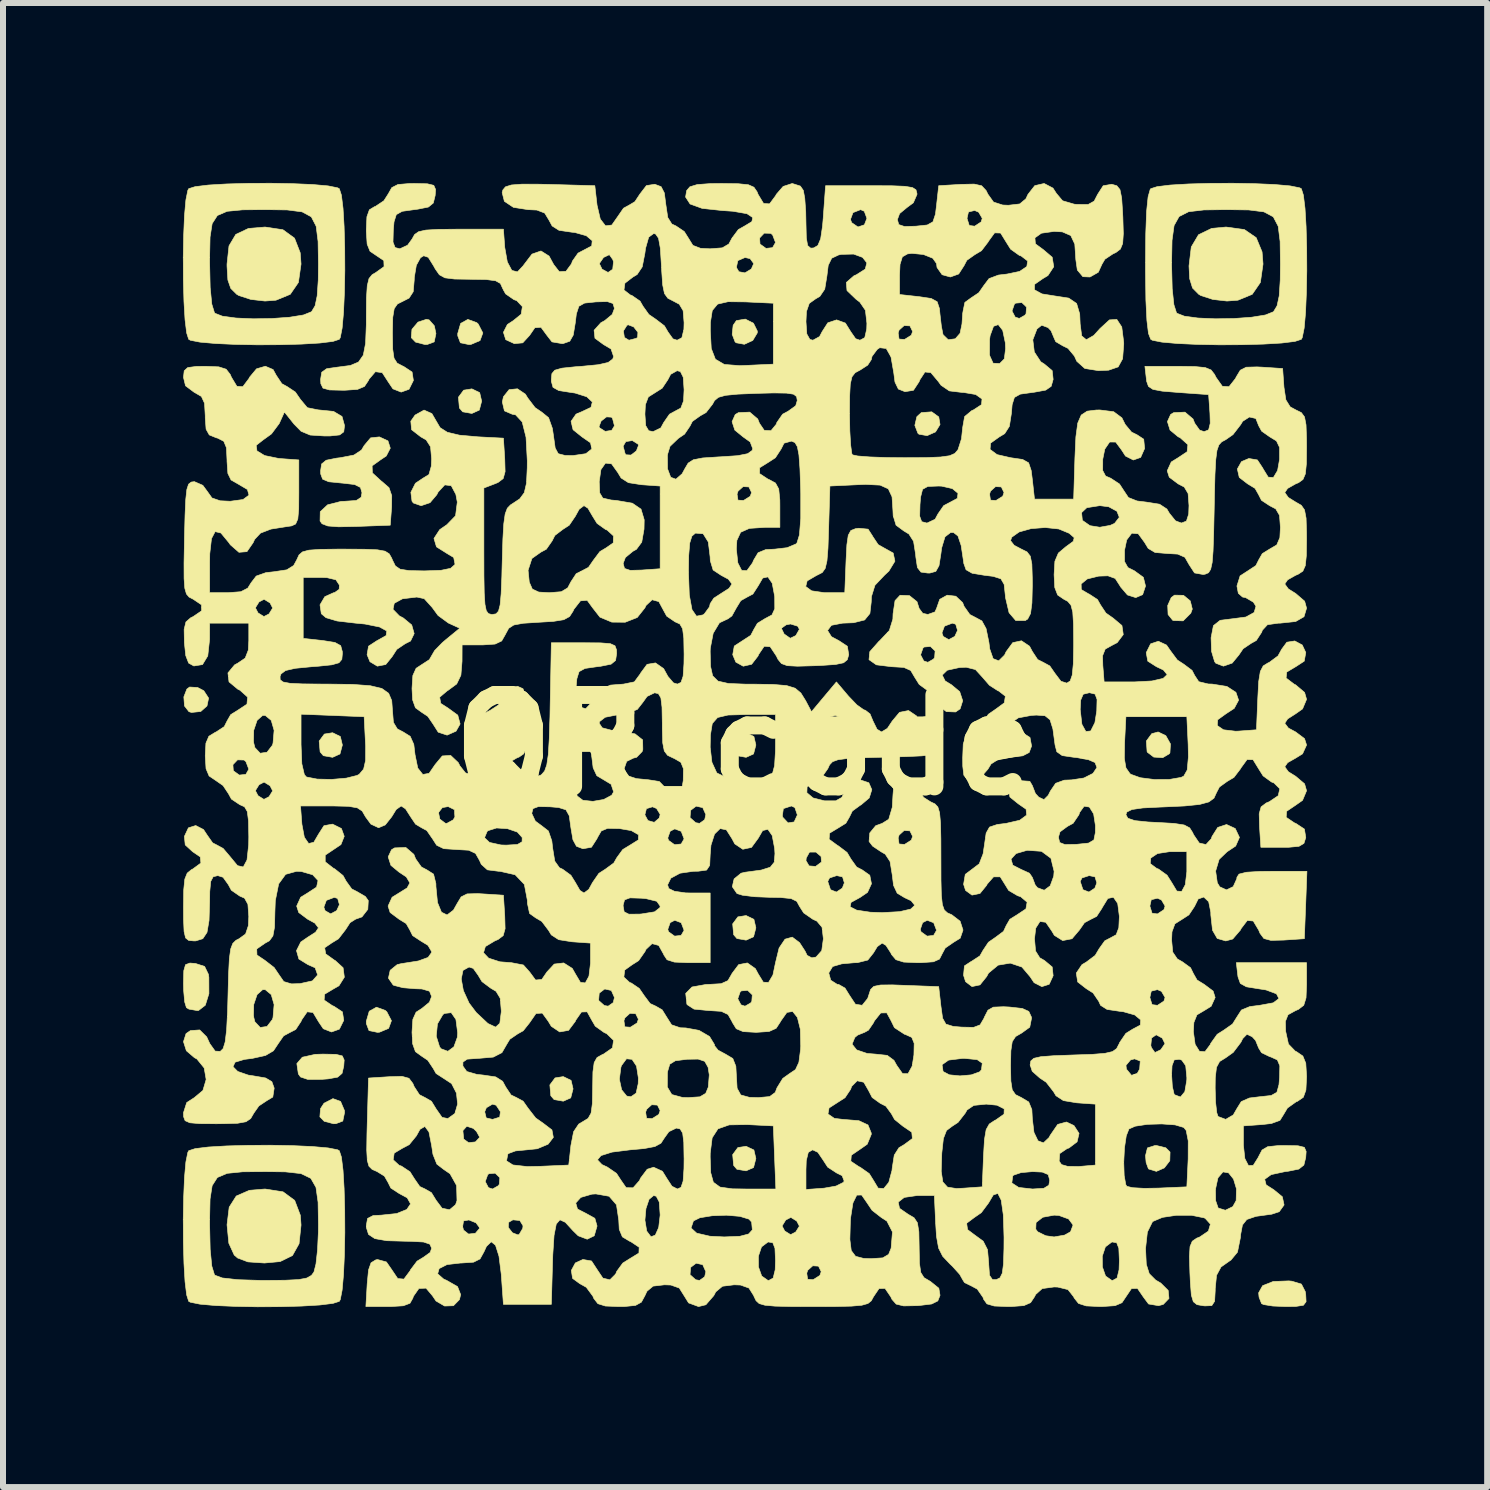
<source format=kicad_pcb>
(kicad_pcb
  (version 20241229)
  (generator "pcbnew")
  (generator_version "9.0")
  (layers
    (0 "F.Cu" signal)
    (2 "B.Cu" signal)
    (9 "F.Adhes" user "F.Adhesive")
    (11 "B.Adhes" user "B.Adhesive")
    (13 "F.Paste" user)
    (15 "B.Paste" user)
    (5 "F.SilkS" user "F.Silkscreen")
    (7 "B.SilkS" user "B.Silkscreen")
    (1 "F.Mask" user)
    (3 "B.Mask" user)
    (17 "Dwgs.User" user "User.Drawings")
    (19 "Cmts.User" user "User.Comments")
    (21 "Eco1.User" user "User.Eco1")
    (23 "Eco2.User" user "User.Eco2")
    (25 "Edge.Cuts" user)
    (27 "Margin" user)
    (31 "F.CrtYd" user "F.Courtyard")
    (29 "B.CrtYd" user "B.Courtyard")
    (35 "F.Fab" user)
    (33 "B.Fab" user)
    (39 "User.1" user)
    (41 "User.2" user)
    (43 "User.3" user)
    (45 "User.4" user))
  (footprint "QR_code"
    (layer "F.Cu")
    (at 9.371 9.371)
    (property "Reference" "QR_code" (at 0 0 0) (layer "F.SilkS") (effects (font (size 1.524 1.524) (thickness 0.3))))
    (attr through_hole)
    (fp_poly (pts (xy -6.747 -0.142) (xy -6.713 0) (xy -6.753 0.149) (xy -6.876 0.205) (xy -7.03 0.178) (xy -7.084 0.114) (xy -7.1 -0.066) (xy -7.013 -0.183) (xy -6.876 -0.205) (xy -6.747 -0.142)) (stroke (width 0.01) (type solid)) (fill yes) (layer "F.SilkS"))
    (fp_poly (pts (xy -4.424 -5.875) (xy -4.391 -5.733) (xy -4.43 -5.584) (xy -4.554 -5.528) (xy -4.707 -5.555) (xy -4.762 -5.619) (xy -4.778 -5.799) (xy -4.691 -5.916) (xy -4.554 -5.938) (xy -4.424 -5.875)) (stroke (width 0.01) (type solid)) (fill yes) (layer "F.SilkS"))
    (fp_poly (pts (xy -2.9 5.591) (xy -2.867 5.733) (xy -2.906 5.883) (xy -3.03 5.938) (xy -3.183 5.911) (xy -3.238 5.847) (xy -3.254 5.667) (xy -3.167 5.55) (xy -3.03 5.528) (xy -2.9 5.591)) (stroke (width 0.01) (type solid)) (fill yes) (layer "F.SilkS"))
    (fp_poly (pts (xy 0.148 -0.142) (xy 0.181 0) (xy 0.142 0.149) (xy 0.018 0.205) (xy -0.135 0.178) (xy -0.19 0.114) (xy -0.206 -0.066) (xy -0.119 -0.183) (xy 0.018 -0.205) (xy 0.148 -0.142)) (stroke (width 0.01) (type solid)) (fill yes) (layer "F.SilkS"))
    (fp_poly (pts (xy 0.148 2.906) (xy 0.181 3.048) (xy 0.142 3.197) (xy 0.018 3.253) (xy -0.135 3.226) (xy -0.19 3.162) (xy -0.206 2.982) (xy -0.119 2.865) (xy 0.018 2.843) (xy 0.148 2.906)) (stroke (width 0.01) (type solid)) (fill yes) (layer "F.SilkS"))
    (fp_poly (pts (xy 0.148 6.752) (xy 0.181 6.894) (xy 0.142 7.044) (xy 0.018 7.099) (xy -0.135 7.073) (xy -0.19 7.008) (xy -0.206 6.829) (xy -0.119 6.711) (xy 0.018 6.69) (xy 0.148 6.752)) (stroke (width 0.01) (type solid)) (fill yes) (layer "F.SilkS"))
    (fp_poly (pts (xy 3.23 -5.47) (xy 3.251 -5.343) (xy 3.176 -5.22) (xy 3.036 -5.158) (xy 2.9 -5.182) (xy 2.882 -5.198) (xy 2.831 -5.33) (xy 2.865 -5.474) (xy 2.939 -5.542) (xy 3.113 -5.555) (xy 3.23 -5.47)) (stroke (width 0.01) (type solid)) (fill yes) (layer "F.SilkS"))
    (fp_poly (pts (xy -9.126 -0.959) (xy -9.024 -0.906) (xy -8.943 -0.782) (xy -8.97 -0.652) (xy -9.074 -0.559) (xy -9.228 -0.543) (xy -9.271 -0.556) (xy -9.345 -0.651) (xy -9.356 -0.802) (xy -9.306 -0.932) (xy -9.26 -0.967) (xy -9.126 -0.959)) (stroke (width 0.01) (type solid)) (fill yes) (layer "F.SilkS"))
    (fp_poly (pts (xy -6.743 5.942) (xy -6.678 6.095) (xy -6.677 6.13) (xy -6.706 6.269) (xy -6.821 6.313) (xy -6.86 6.314) (xy -7.016 6.273) (xy -7.088 6.199) (xy -7.077 6.061) (xy -7.019 5.972) (xy -6.87 5.895) (xy -6.743 5.942)) (stroke (width 0.01) (type solid)) (fill yes) (layer "F.SilkS"))
    (fp_poly (pts (xy -5.997 4.425) (xy -5.972 4.448) (xy -5.895 4.596) (xy -5.942 4.724) (xy -6.095 4.788) (xy -6.13 4.79) (xy -6.269 4.761) (xy -6.313 4.645) (xy -6.314 4.606) (xy -6.265 4.438) (xy -6.145 4.371) (xy -5.997 4.425)) (stroke (width 0.01) (type solid)) (fill yes) (layer "F.SilkS"))
    (fp_poly (pts (xy -5.267 -7.088) (xy -5.18 -6.989) (xy -5.153 -6.86) (xy -5.182 -6.721) (xy -5.297 -6.678) (xy -5.336 -6.677) (xy -5.492 -6.717) (xy -5.564 -6.791) (xy -5.553 -6.931) (xy -5.452 -7.051) (xy -5.313 -7.097) (xy -5.267 -7.088)) (stroke (width 0.01) (type solid)) (fill yes) (layer "F.SilkS"))
    (fp_poly (pts (xy -4.473 -7.042) (xy -4.448 -7.019) (xy -4.371 -6.87) (xy -4.418 -6.743) (xy -4.571 -6.678) (xy -4.606 -6.677) (xy -4.745 -6.706) (xy -4.789 -6.821) (xy -4.79 -6.86) (xy -4.741 -7.029) (xy -4.621 -7.096) (xy -4.473 -7.042)) (stroke (width 0.01) (type solid)) (fill yes) (layer "F.SilkS"))
    (fp_poly (pts (xy 0.141 -7.032) (xy 0.205 -6.902) (xy 0.204 -6.87) (xy 0.129 -6.745) (xy -0.011 -6.681) (xy -0.147 -6.706) (xy -0.166 -6.722) (xy -0.214 -6.847) (xy -0.198 -6.998) (xy -0.144 -7.076) (xy 0.005 -7.101) (xy 0.141 -7.032)) (stroke (width 0.01) (type solid)) (fill yes) (layer "F.SilkS"))
    (fp_poly (pts (xy 7.015 -0.157) (xy 7.093 -0.018) (xy 7.084 0.13) (xy 7.076 0.144) (xy 6.964 0.211) (xy 6.814 0.201) (xy 6.708 0.12) (xy 6.703 0.109) (xy 6.691 -0.067) (xy 6.781 -0.189) (xy 6.887 -0.218) (xy 7.015 -0.157)) (stroke (width 0.01) (type solid)) (fill yes) (layer "F.SilkS"))
    (fp_poly (pts (xy 7.31 -2.496) (xy 7.423 -2.403) (xy 7.457 -2.267) (xy 7.432 -2.198) (xy 7.304 -2.07) (xy 7.146 -2.075) (xy 7.13 -2.08) (xy 7.053 -2.176) (xy 7.047 -2.326) (xy 7.106 -2.459) (xy 7.161 -2.499) (xy 7.31 -2.496)) (stroke (width 0.01) (type solid)) (fill yes) (layer "F.SilkS"))
    (fp_poly (pts (xy 7.015 6.715) (xy 7.086 6.786) (xy 7.082 6.931) (xy 6.991 7.05) (xy 6.858 7.108) (xy 6.731 7.069) (xy 6.725 7.064) (xy 6.687 6.96) (xy 6.677 6.846) (xy 6.709 6.717) (xy 6.834 6.677) (xy 6.86 6.677) (xy 7.015 6.715)) (stroke (width 0.01) (type solid)) (fill yes) (layer "F.SilkS"))
    (fp_poly (pts (xy -6.82 5.157) (xy -6.714 5.183) (xy -6.683 5.252) (xy -6.69 5.352) (xy -6.718 5.474) (xy -6.791 5.537) (xy -6.951 5.566) (xy -7.058 5.574) (xy -7.289 5.575) (xy -7.411 5.534) (xy -7.447 5.483) (xy -7.472 5.311) (xy -7.381 5.205) (xy -7.166 5.157) (xy -7.037 5.153) (xy -6.82 5.157)) (stroke (width 0.01) (type solid)) (fill yes) (layer "F.SilkS"))
    (fp_poly (pts (xy -9.162 3.642) (xy -9.01 3.691) (xy -8.946 3.823) (xy -8.939 3.873) (xy -8.938 4.145) (xy -8.998 4.338) (xy -9.11 4.425) (xy -9.133 4.427) (xy -9.271 4.403) (xy -9.313 4.378) (xy -9.342 4.283) (xy -9.359 4.095) (xy -9.362 3.975) (xy -9.357 3.763) (xy -9.328 3.662) (xy -9.255 3.635) (xy -9.162 3.642)) (stroke (width 0.01) (type solid)) (fill yes) (layer "F.SilkS"))
    (fp_poly (pts (xy 9.117 8.939) (xy 9.276 8.987) (xy 9.341 9.114) (xy 9.348 9.162) (xy 9.354 9.281) (xy 9.31 9.34) (xy 9.181 9.36) (xy 9.016 9.362) (xy 8.799 9.353) (xy 8.648 9.329) (xy 8.612 9.313) (xy 8.57 9.206) (xy 8.563 9.133) (xy 8.629 9.014) (xy 8.805 8.944) (xy 9.066 8.934) (xy 9.117 8.939)) (stroke (width 0.01) (type solid)) (fill yes) (layer "F.SilkS"))
    (fp_poly (pts (xy -7.702 7.449) (xy -7.508 7.592) (xy -7.414 7.839) (xy -7.402 8.003) (xy -7.435 8.314) (xy -7.545 8.511) (xy -7.751 8.612) (xy -8.012 8.636) (xy -8.288 8.617) (xy -8.46 8.552) (xy -8.516 8.503) (xy -8.606 8.306) (xy -8.636 7.999) (xy -8.6 7.705) (xy -8.482 7.519) (xy -8.264 7.424) (xy -8.003 7.402) (xy -7.702 7.449)) (stroke (width 0.01) (type solid)) (fill yes) (layer "F.SilkS"))
    (fp_poly (pts (xy 8.325 -8.594) (xy 8.522 -8.459) (xy 8.62 -8.222) (xy 8.636 -8.019) (xy 8.592 -7.712) (xy 8.456 -7.514) (xy 8.218 -7.416) (xy 8.035 -7.402) (xy 7.799 -7.429) (xy 7.599 -7.494) (xy 7.564 -7.515) (xy 7.461 -7.619) (xy 7.413 -7.774) (xy 7.402 -7.987) (xy 7.44 -8.304) (xy 7.561 -8.508) (xy 7.779 -8.613) (xy 8.019 -8.636) (xy 8.325 -8.594)) (stroke (width 0.01) (type solid)) (fill yes) (layer "F.SilkS"))
    (fp_poly (pts (xy -7.704 -8.591) (xy -7.511 -8.451) (xy -7.416 -8.207) (xy -7.402 -8.019) (xy -7.446 -7.712) (xy -7.582 -7.514) (xy -7.82 -7.416) (xy -8.003 -7.402) (xy -8.239 -7.429) (xy -8.439 -7.494) (xy -8.475 -7.515) (xy -8.573 -7.612) (xy -8.622 -7.753) (xy -8.636 -7.985) (xy -8.636 -8.019) (xy -8.603 -8.322) (xy -8.49 -8.513) (xy -8.28 -8.612) (xy -8.003 -8.636) (xy -7.704 -8.591)) (stroke (width 0.01) (type solid)) (fill yes) (layer "F.SilkS"))
    (fp_poly (pts (xy -5.953 -5.071) (xy -5.914 -4.949) (xy -5.981 -4.819) (xy -6.078 -4.754) (xy -6.217 -4.654) (xy -6.213 -4.537) (xy -6.065 -4.401) (xy -6.056 -4.395) (xy -5.936 -4.291) (xy -5.89 -4.158) (xy -5.892 -3.969) (xy -5.915 -3.665) (xy -6.478 -3.644) (xy -6.775 -3.638) (xy -6.956 -3.652) (xy -7.052 -3.689) (xy -7.085 -3.735) (xy -7.082 -3.89) (xy -6.959 -4.005) (xy -6.738 -4.061) (xy -6.668 -4.064) (xy -6.481 -4.077) (xy -6.4 -4.13) (xy -6.386 -4.205) (xy -6.411 -4.294) (xy -6.509 -4.343) (xy -6.714 -4.367) (xy -6.731 -4.368) (xy -6.94 -4.389) (xy -7.042 -4.432) (xy -7.074 -4.518) (xy -7.076 -4.572) (xy -7.059 -4.686) (xy -6.983 -4.748) (xy -6.81 -4.783) (xy -6.749 -4.79) (xy -6.521 -4.834) (xy -6.394 -4.918) (xy -6.35 -4.992) (xy -6.242 -5.121) (xy -6.096 -5.137) (xy -5.953 -5.071)) (stroke (width 0.01) (type solid)) (fill yes) (layer "F.SilkS"))
    (fp_poly (pts (xy -7.54 -9.359) (xy -7.21 -9.345) (xy -6.951 -9.322) (xy -6.793 -9.29) (xy -6.764 -9.275) (xy -6.729 -9.168) (xy -6.702 -8.948) (xy -6.684 -8.644) (xy -6.674 -8.288) (xy -6.672 -7.91) (xy -6.679 -7.54) (xy -6.694 -7.21) (xy -6.717 -6.951) (xy -6.748 -6.793) (xy -6.764 -6.764) (xy -6.87 -6.729) (xy -7.09 -6.702) (xy -7.394 -6.684) (xy -7.75 -6.674) (xy -8.129 -6.672) (xy -8.498 -6.679) (xy -8.828 -6.694) (xy -9.087 -6.717) (xy -9.246 -6.748) (xy -9.275 -6.764) (xy -9.309 -6.87) (xy -9.336 -7.09) (xy -9.354 -7.394) (xy -9.364 -7.75) (xy -9.365 -8.031) (xy -8.926 -8.031) (xy -8.917 -7.629) (xy -8.89 -7.351) (xy -8.846 -7.208) (xy -8.839 -7.199) (xy -8.715 -7.15) (xy -8.487 -7.119) (xy -8.198 -7.106) (xy -7.886 -7.111) (xy -7.594 -7.132) (xy -7.361 -7.17) (xy -7.229 -7.223) (xy -7.226 -7.226) (xy -7.168 -7.322) (xy -7.133 -7.488) (xy -7.115 -7.75) (xy -7.112 -8.019) (xy -7.118 -8.395) (xy -7.15 -8.649) (xy -7.231 -8.806) (xy -7.385 -8.889) (xy -7.634 -8.921) (xy -7.993 -8.926) (xy -8.375 -8.923) (xy -8.635 -8.898) (xy -8.797 -8.828) (xy -8.884 -8.693) (xy -8.919 -8.468) (xy -8.926 -8.132) (xy -8.926 -8.031) (xy -9.365 -8.031) (xy -9.366 -8.129) (xy -9.359 -8.498) (xy -9.345 -8.828) (xy -9.322 -9.087) (xy -9.29 -9.246) (xy -9.275 -9.275) (xy -9.168 -9.309) (xy -8.948 -9.336) (xy -8.644 -9.354) (xy -8.288 -9.364) (xy -7.91 -9.366) (xy -7.54 -9.359)) (stroke (width 0.01) (type solid)) (fill yes) (layer "F.SilkS"))
    (fp_poly (pts (xy -7.54 6.679) (xy -7.21 6.694) (xy -6.951 6.717) (xy -6.793 6.748) (xy -6.764 6.764) (xy -6.729 6.87) (xy -6.702 7.09) (xy -6.684 7.394) (xy -6.674 7.75) (xy -6.672 8.129) (xy -6.679 8.498) (xy -6.694 8.828) (xy -6.717 9.087) (xy -6.748 9.246) (xy -6.764 9.275) (xy -6.87 9.309) (xy -7.09 9.336) (xy -7.394 9.354) (xy -7.75 9.364) (xy -8.129 9.366) (xy -8.498 9.359) (xy -8.828 9.345) (xy -9.087 9.322) (xy -9.246 9.29) (xy -9.275 9.275) (xy -9.309 9.168) (xy -9.336 8.948) (xy -9.354 8.644) (xy -9.364 8.288) (xy -9.365 8.007) (xy -8.926 8.007) (xy -8.917 8.409) (xy -8.89 8.687) (xy -8.846 8.831) (xy -8.839 8.839) (xy -8.715 8.885) (xy -8.455 8.914) (xy -8.069 8.926) (xy -8.007 8.926) (xy -7.666 8.923) (xy -7.442 8.912) (xy -7.305 8.886) (xy -7.228 8.842) (xy -7.187 8.786) (xy -7.153 8.652) (xy -7.127 8.416) (xy -7.113 8.119) (xy -7.112 7.993) (xy -7.118 7.623) (xy -7.153 7.375) (xy -7.239 7.224) (xy -7.403 7.145) (xy -7.666 7.116) (xy -7.993 7.112) (xy -8.375 7.115) (xy -8.635 7.141) (xy -8.797 7.21) (xy -8.884 7.346) (xy -8.919 7.57) (xy -8.926 7.906) (xy -8.926 8.007) (xy -9.365 8.007) (xy -9.366 7.91) (xy -9.359 7.54) (xy -9.345 7.21) (xy -9.322 6.951) (xy -9.29 6.793) (xy -9.275 6.764) (xy -9.168 6.729) (xy -8.948 6.702) (xy -8.644 6.684) (xy -8.288 6.674) (xy -7.91 6.672) (xy -7.54 6.679)) (stroke (width 0.01) (type solid)) (fill yes) (layer "F.SilkS"))
    (fp_poly (pts (xy 8.498 -9.359) (xy 8.828 -9.345) (xy 9.087 -9.322) (xy 9.246 -9.29) (xy 9.275 -9.275) (xy 9.309 -9.168) (xy 9.336 -8.948) (xy 9.354 -8.644) (xy 9.364 -8.288) (xy 9.366 -7.91) (xy 9.359 -7.54) (xy 9.345 -7.21) (xy 9.322 -6.951) (xy 9.29 -6.793) (xy 9.275 -6.764) (xy 9.168 -6.729) (xy 8.948 -6.702) (xy 8.644 -6.684) (xy 8.288 -6.674) (xy 7.91 -6.672) (xy 7.54 -6.679) (xy 7.21 -6.694) (xy 6.951 -6.717) (xy 6.793 -6.748) (xy 6.764 -6.764) (xy 6.726 -6.863) (xy 6.7 -7.079) (xy 6.683 -7.421) (xy 6.677 -7.898) (xy 6.677 -7.992) (xy 7.112 -7.992) (xy 7.122 -7.607) (xy 7.15 -7.341) (xy 7.194 -7.204) (xy 7.199 -7.199) (xy 7.323 -7.15) (xy 7.551 -7.119) (xy 7.841 -7.106) (xy 8.152 -7.111) (xy 8.444 -7.132) (xy 8.677 -7.17) (xy 8.809 -7.223) (xy 8.812 -7.226) (xy 8.87 -7.322) (xy 8.906 -7.488) (xy 8.923 -7.75) (xy 8.926 -8.019) (xy 8.921 -8.395) (xy 8.889 -8.649) (xy 8.807 -8.806) (xy 8.651 -8.889) (xy 8.397 -8.921) (xy 8.022 -8.926) (xy 8.019 -8.926) (xy 7.648 -8.921) (xy 7.395 -8.891) (xy 7.237 -8.811) (xy 7.153 -8.66) (xy 7.119 -8.413) (xy 7.112 -8.047) (xy 7.112 -7.992) (xy 6.677 -7.992) (xy 6.677 -8.019) (xy 6.681 -8.526) (xy 6.695 -8.897) (xy 6.72 -9.139) (xy 6.755 -9.263) (xy 6.764 -9.275) (xy 6.87 -9.309) (xy 7.09 -9.336) (xy 7.394 -9.354) (xy 7.75 -9.364) (xy 8.129 -9.366) (xy 8.498 -9.359)) (stroke (width 0.01) (type solid)) (fill yes) (layer "F.SilkS"))
    (fp_poly (pts (xy 0.922 -9.319) (xy 0.972 -9.247) (xy 0.996 -9.115) (xy 1.012 -8.893) (xy 1.016 -8.697) (xy 1.022 -8.455) (xy 1.044 -8.327) (xy 1.094 -8.284) (xy 1.143 -8.287) (xy 1.214 -8.328) (xy 1.261 -8.44) (xy 1.292 -8.65) (xy 1.302 -8.763) (xy 1.758 -8.763) (xy 1.778 -8.709) (xy 1.883 -8.637) (xy 1.99 -8.673) (xy 2.032 -8.781) (xy 1.988 -8.899) (xy 1.927 -8.926) (xy 1.8 -8.876) (xy 1.758 -8.763) (xy 1.302 -8.763) (xy 1.306 -8.818) (xy 1.343 -9.325) (xy 2.105 -9.325) (xy 2.445 -9.324) (xy 2.665 -9.315) (xy 2.792 -9.294) (xy 2.85 -9.257) (xy 2.866 -9.198) (xy 2.867 -9.18) (xy 2.806 -9.04) (xy 2.703 -8.964) (xy 2.577 -8.86) (xy 2.54 -8.76) (xy 2.563 -8.677) (xy 2.658 -8.645) (xy 2.848 -8.65) (xy 3.038 -8.67) (xy 3.133 -8.723) (xy 3.152 -8.781) (xy 3.701 -8.781) (xy 3.738 -8.662) (xy 3.828 -8.65) (xy 3.936 -8.721) (xy 3.955 -8.781) (xy 3.895 -8.884) (xy 3.828 -8.912) (xy 3.725 -8.887) (xy 3.701 -8.781) (xy 3.152 -8.781) (xy 3.175 -8.85) (xy 3.193 -8.999) (xy 3.229 -9.325) (xy 3.597 -9.347) (xy 3.82 -9.352) (xy 3.945 -9.324) (xy 4.019 -9.245) (xy 4.049 -9.184) (xy 4.143 -9.052) (xy 4.296 -9.003) (xy 4.391 -8.999) (xy 4.58 -9.021) (xy 4.683 -9.107) (xy 4.717 -9.18) (xy 4.831 -9.326) (xy 4.987 -9.362) (xy 5.134 -9.285) (xy 5.19 -9.198) (xy 5.294 -9.074) (xy 5.489 -9.017) (xy 5.534 -9.013) (xy 5.721 -9.012) (xy 5.821 -9.068) (xy 5.879 -9.181) (xy 5.971 -9.324) (xy 6.113 -9.349) (xy 6.114 -9.349) (xy 6.199 -9.324) (xy 6.251 -9.26) (xy 6.279 -9.122) (xy 6.295 -8.881) (xy 6.299 -8.799) (xy 6.307 -8.526) (xy 6.296 -8.361) (xy 6.258 -8.268) (xy 6.183 -8.211) (xy 6.135 -8.189) (xy 6 -8.099) (xy 5.951 -8.016) (xy 5.89 -7.882) (xy 5.751 -7.803) (xy 5.633 -7.808) (xy 5.54 -7.919) (xy 5.515 -8.094) (xy 5.498 -8.351) (xy 5.431 -8.494) (xy 5.291 -8.555) (xy 5.153 -8.563) (xy 4.941 -8.533) (xy 4.833 -8.456) (xy 4.841 -8.356) (xy 4.973 -8.259) (xy 5.121 -8.133) (xy 5.147 -7.974) (xy 5.05 -7.827) (xy 4.965 -7.776) (xy 4.827 -7.68) (xy 4.825 -7.59) (xy 4.951 -7.521) (xy 5.157 -7.488) (xy 5.397 -7.451) (xy 5.528 -7.362) (xy 5.58 -7.186) (xy 5.587 -7.021) (xy 5.613 -6.821) (xy 5.69 -6.757) (xy 5.815 -6.829) (xy 5.918 -6.943) (xy 6.076 -7.088) (xy 6.199 -7.095) (xy 6.281 -6.97) (xy 6.313 -6.716) (xy 6.314 -6.687) (xy 6.295 -6.439) (xy 6.221 -6.304) (xy 6.061 -6.249) (xy 5.89 -6.242) (xy 5.665 -6.278) (xy 5.531 -6.398) (xy 5.492 -6.484) (xy 5.385 -6.613) (xy 5.297 -6.656) (xy 5.18 -6.725) (xy 5.153 -6.785) (xy 5.102 -6.907) (xy 5.053 -6.959) (xy 4.946 -6.999) (xy 4.867 -6.936) (xy 4.798 -6.756) (xy 4.823 -6.553) (xy 4.93 -6.39) (xy 4.992 -6.35) (xy 5.121 -6.242) (xy 5.137 -6.096) (xy 5.104 -5.98) (xy 5.013 -5.917) (xy 4.822 -5.882) (xy 4.79 -5.878) (xy 4.589 -5.85) (xy 4.491 -5.795) (xy 4.453 -5.674) (xy 4.441 -5.53) (xy 4.407 -5.313) (xy 4.329 -5.191) (xy 4.238 -5.136) (xy 4.094 -5.033) (xy 4.085 -4.929) (xy 4.202 -4.842) (xy 4.428 -4.79) (xy 4.628 -4.761) (xy 4.728 -4.705) (xy 4.771 -4.577) (xy 4.79 -4.427) (xy 4.826 -4.1) (xy 5.479 -4.1) (xy 5.5 -4.787) (xy 5.516 -5.137) (xy 5.547 -5.367) (xy 5.605 -5.501) (xy 5.704 -5.566) (xy 5.856 -5.585) (xy 5.915 -5.586) (xy 6.146 -5.557) (xy 6.283 -5.455) (xy 6.338 -5.345) (xy 6.444 -5.217) (xy 6.536 -5.172) (xy 6.647 -5.099) (xy 6.662 -4.944) (xy 6.596 -4.795) (xy 6.474 -4.752) (xy 6.343 -4.818) (xy 6.278 -4.919) (xy 6.18 -5.051) (xy 6.079 -5.052) (xy 5.998 -4.933) (xy 5.964 -4.765) (xy 5.963 -4.577) (xy 6.012 -4.484) (xy 6.097 -4.448) (xy 6.243 -4.352) (xy 6.316 -4.24) (xy 6.392 -4.126) (xy 6.536 -4.069) (xy 6.691 -4.05) (xy 6.911 -4.015) (xy 7.033 -3.935) (xy 7.075 -3.864) (xy 7.177 -3.738) (xy 7.274 -3.701) (xy 7.359 -3.733) (xy 7.397 -3.851) (xy 7.402 -3.993) (xy 7.387 -4.193) (xy 7.323 -4.301) (xy 7.221 -4.354) (xy 7.073 -4.465) (xy 7.039 -4.572) (xy 7.106 -4.719) (xy 7.221 -4.79) (xy 7.371 -4.89) (xy 7.383 -5.008) (xy 7.255 -5.123) (xy 7.221 -5.139) (xy 7.086 -5.251) (xy 7.042 -5.392) (xy 7.096 -5.511) (xy 7.148 -5.542) (xy 7.335 -5.55) (xy 7.469 -5.436) (xy 7.497 -5.365) (xy 7.579 -5.25) (xy 7.654 -5.225) (xy 7.729 -5.254) (xy 7.756 -5.364) (xy 7.751 -5.534) (xy 7.729 -5.842) (xy 7.221 -5.878) (xy 6.955 -5.9) (xy 6.801 -5.929) (xy 6.726 -5.979) (xy 6.696 -6.064) (xy 6.69 -6.114) (xy 6.667 -6.314) (xy 7.218 -6.314) (xy 7.5 -6.31) (xy 7.672 -6.293) (xy 7.77 -6.253) (xy 7.828 -6.179) (xy 7.851 -6.132) (xy 7.958 -5.981) (xy 8.069 -5.974) (xy 8.177 -6.111) (xy 8.189 -6.136) (xy 8.257 -6.249) (xy 8.356 -6.299) (xy 8.535 -6.304) (xy 8.618 -6.3) (xy 8.963 -6.277) (xy 8.985 -5.966) (xy 9.017 -5.754) (xy 9.089 -5.638) (xy 9.185 -5.586) (xy 9.275 -5.542) (xy 9.328 -5.47) (xy 9.353 -5.338) (xy 9.361 -5.11) (xy 9.362 -4.971) (xy 9.359 -4.691) (xy 9.342 -4.521) (xy 9.302 -4.427) (xy 9.229 -4.374) (xy 9.18 -4.354) (xy 9.046 -4.278) (xy 8.999 -4.209) (xy 9.058 -4.127) (xy 9.18 -4.051) (xy 9.274 -3.997) (xy 9.328 -3.92) (xy 9.354 -3.782) (xy 9.361 -3.548) (xy 9.362 -3.434) (xy 9.358 -3.157) (xy 9.341 -2.991) (xy 9.3 -2.899) (xy 9.223 -2.848) (xy 9.18 -2.83) (xy 9.046 -2.754) (xy 8.999 -2.685) (xy 9.058 -2.603) (xy 9.18 -2.527) (xy 9.33 -2.398) (xy 9.362 -2.282) (xy 9.319 -2.139) (xy 9.18 -2.059) (xy 8.922 -2.032) (xy 8.893 -2.032) (xy 8.71 -2.006) (xy 8.624 -1.913) (xy 8.614 -1.881) (xy 8.524 -1.743) (xy 8.439 -1.696) (xy 8.304 -1.605) (xy 8.234 -1.502) (xy 8.122 -1.366) (xy 7.976 -1.315) (xy 7.849 -1.364) (xy 7.829 -1.39) (xy 7.778 -1.561) (xy 7.77 -1.789) (xy 7.809 -1.99) (xy 7.921 -2.079) (xy 8.127 -2.105) (xy 8.35 -2.134) (xy 8.488 -2.21) (xy 8.518 -2.314) (xy 8.475 -2.382) (xy 8.346 -2.458) (xy 8.295 -2.467) (xy 8.224 -2.53) (xy 8.201 -2.651) (xy 8.254 -2.82) (xy 8.382 -2.903) (xy 8.517 -2.992) (xy 8.563 -3.084) (xy 8.624 -3.191) (xy 8.745 -3.266) (xy 8.865 -3.336) (xy 8.917 -3.458) (xy 8.926 -3.629) (xy 8.911 -3.829) (xy 8.848 -3.937) (xy 8.745 -3.991) (xy 8.61 -4.08) (xy 8.563 -4.173) (xy 8.503 -4.279) (xy 8.377 -4.356) (xy 8.24 -4.462) (xy 8.208 -4.602) (xy 8.277 -4.725) (xy 8.4 -4.777) (xy 8.542 -4.753) (xy 8.635 -4.612) (xy 8.636 -4.607) (xy 8.723 -4.466) (xy 8.809 -4.46) (xy 8.879 -4.577) (xy 8.912 -4.764) (xy 8.912 -4.961) (xy 8.86 -5.07) (xy 8.748 -5.138) (xy 8.613 -5.233) (xy 8.563 -5.325) (xy 8.516 -5.444) (xy 8.409 -5.469) (xy 8.297 -5.397) (xy 8.263 -5.341) (xy 8.135 -5.175) (xy 8.013 -5.09) (xy 7.947 -5.055) (xy 7.9 -5.003) (xy 7.868 -4.911) (xy 7.848 -4.757) (xy 7.835 -4.515) (xy 7.826 -4.164) (xy 7.822 -3.939) (xy 7.813 -3.525) (xy 7.803 -3.233) (xy 7.788 -3.042) (xy 7.763 -2.929) (xy 7.727 -2.872) (xy 7.673 -2.849) (xy 7.638 -2.843) (xy 7.494 -2.869) (xy 7.404 -3.007) (xy 7.334 -3.13) (xy 7.214 -3.183) (xy 7.04 -3.193) (xy 6.836 -3.21) (xy 6.722 -3.278) (xy 6.662 -3.377) (xy 6.556 -3.522) (xy 6.448 -3.532) (xy 6.363 -3.419) (xy 6.327 -3.247) (xy 6.327 -3.059) (xy 6.383 -2.959) (xy 6.491 -2.905) (xy 6.641 -2.796) (xy 6.677 -2.651) (xy 6.629 -2.507) (xy 6.514 -2.458) (xy 6.376 -2.502) (xy 6.259 -2.639) (xy 6.252 -2.653) (xy 6.172 -2.777) (xy 6.051 -2.821) (xy 5.897 -2.816) (xy 5.706 -2.769) (xy 5.604 -2.685) (xy 5.606 -2.592) (xy 5.728 -2.52) (xy 5.735 -2.518) (xy 5.876 -2.426) (xy 5.926 -2.337) (xy 6.017 -2.2) (xy 6.138 -2.115) (xy 6.284 -1.992) (xy 6.306 -1.841) (xy 6.205 -1.707) (xy 6.128 -1.667) (xy 6.005 -1.599) (xy 5.961 -1.488) (xy 5.965 -1.325) (xy 5.987 -1.052) (xy 6.489 -1.052) (xy 6.785 -1.068) (xy 6.971 -1.111) (xy 7.038 -1.174) (xy 6.975 -1.251) (xy 6.859 -1.306) (xy 6.715 -1.398) (xy 6.689 -1.539) (xy 6.69 -1.542) (xy 6.762 -1.687) (xy 6.891 -1.73) (xy 7.027 -1.667) (xy 7.094 -1.57) (xy 7.207 -1.418) (xy 7.317 -1.346) (xy 7.453 -1.244) (xy 7.497 -1.159) (xy 7.565 -1.056) (xy 7.722 -1.018) (xy 7.789 -1.016) (xy 8.033 -0.977) (xy 8.184 -0.879) (xy 8.229 -0.748) (xy 8.156 -0.611) (xy 8.017 -0.52) (xy 7.88 -0.421) (xy 7.873 -0.325) (xy 7.977 -0.254) (xy 8.179 -0.23) (xy 8.228 -0.232) (xy 8.527 -0.254) (xy 8.549 -0.783) (xy 8.564 -1.06) (xy 8.591 -1.227) (xy 8.639 -1.319) (xy 8.721 -1.37) (xy 8.738 -1.376) (xy 8.886 -1.486) (xy 8.947 -1.597) (xy 9.033 -1.714) (xy 9.165 -1.735) (xy 9.29 -1.668) (xy 9.349 -1.542) (xy 9.323 -1.398) (xy 9.185 -1.308) (xy 9.031 -1.216) (xy 9.021 -1.117) (xy 9.155 -1.015) (xy 9.18 -1.003) (xy 9.329 -0.877) (xy 9.362 -0.762) (xy 9.295 -0.602) (xy 9.18 -0.521) (xy 9.047 -0.436) (xy 8.999 -0.363) (xy 9.059 -0.283) (xy 9.18 -0.218) (xy 9.328 -0.107) (xy 9.362 0) (xy 9.295 0.147) (xy 9.18 0.218) (xy 9.046 0.294) (xy 8.999 0.363) (xy 9.058 0.445) (xy 9.18 0.521) (xy 9.329 0.647) (xy 9.362 0.762) (xy 9.295 0.922) (xy 9.18 1.003) (xy 9.029 1.105) (xy 9.022 1.205) (xy 9.16 1.298) (xy 9.185 1.308) (xy 9.326 1.401) (xy 9.349 1.542) (xy 9.318 1.64) (xy 9.235 1.689) (xy 9.062 1.705) (xy 8.963 1.705) (xy 8.6 1.705) (xy 8.578 1.36) (xy 8.572 1.147) (xy 8.604 1.031) (xy 8.69 0.966) (xy 8.741 0.945) (xy 8.889 0.845) (xy 8.916 0.729) (xy 8.818 0.632) (xy 8.777 0.616) (xy 8.637 0.514) (xy 8.561 0.393) (xy 8.47 0.245) (xy 8.37 0.242) (xy 8.268 0.382) (xy 8.263 0.393) (xy 8.151 0.54) (xy 8.041 0.605) (xy 7.909 0.7) (xy 7.86 0.794) (xy 7.818 0.886) (xy 7.732 0.949) (xy 7.577 0.991) (xy 7.329 1.016) (xy 6.962 1.033) (xy 6.931 1.034) (xy 6.631 1.049) (xy 6.451 1.075) (xy 6.366 1.117) (xy 6.35 1.161) (xy 6.383 1.221) (xy 6.498 1.26) (xy 6.72 1.283) (xy 6.879 1.291) (xy 7.155 1.307) (xy 7.322 1.333) (xy 7.413 1.381) (xy 7.465 1.463) (xy 7.476 1.491) (xy 7.573 1.634) (xy 7.685 1.659) (xy 7.773 1.563) (xy 7.786 1.524) (xy 7.881 1.374) (xy 8.028 1.325) (xy 8.173 1.392) (xy 8.243 1.54) (xy 8.18 1.684) (xy 8.036 1.78) (xy 7.904 1.907) (xy 7.846 2.101) (xy 7.874 2.297) (xy 7.915 2.364) (xy 8.027 2.415) (xy 8.139 2.361) (xy 8.199 2.229) (xy 8.201 2.205) (xy 8.236 2.152) (xy 8.358 2.121) (xy 8.588 2.107) (xy 8.784 2.105) (xy 9.368 2.105) (xy 9.347 2.667) (xy 9.325 3.229) (xy 8.98 3.252) (xy 8.767 3.257) (xy 8.651 3.226) (xy 8.586 3.139) (xy 8.565 3.088) (xy 8.473 2.934) (xy 8.374 2.925) (xy 8.271 3.06) (xy 8.26 3.084) (xy 8.131 3.234) (xy 8.015 3.266) (xy 7.873 3.225) (xy 7.794 3.088) (xy 7.766 2.835) (xy 7.765 2.788) (xy 7.73 2.612) (xy 7.648 2.534) (xy 7.555 2.567) (xy 7.494 2.691) (xy 7.4 2.832) (xy 7.284 2.907) (xy 7.167 2.981) (xy 7.118 3.115) (xy 7.112 3.252) (xy 7.131 3.453) (xy 7.207 3.566) (xy 7.293 3.615) (xy 7.428 3.713) (xy 7.475 3.81) (xy 7.536 3.917) (xy 7.656 3.991) (xy 7.804 4.102) (xy 7.838 4.209) (xy 7.771 4.356) (xy 7.656 4.427) (xy 7.534 4.499) (xy 7.483 4.626) (xy 7.475 4.78) (xy 7.504 4.99) (xy 7.576 5.106) (xy 7.668 5.113) (xy 7.756 4.995) (xy 7.763 4.976) (xy 7.872 4.823) (xy 7.983 4.753) (xy 8.128 4.651) (xy 8.201 4.534) (xy 8.276 4.418) (xy 8.417 4.36) (xy 8.578 4.34) (xy 8.807 4.298) (xy 8.901 4.227) (xy 8.86 4.148) (xy 8.686 4.083) (xy 8.563 4.064) (xy 8.359 4.031) (xy 8.258 3.975) (xy 8.219 3.866) (xy 8.214 3.828) (xy 8.191 3.629) (xy 9.362 3.629) (xy 9.362 3.993) (xy 9.353 4.216) (xy 9.315 4.339) (xy 9.227 4.407) (xy 9.176 4.429) (xy 9.053 4.497) (xy 9.009 4.608) (xy 9.013 4.771) (xy 9.06 4.986) (xy 9.172 5.102) (xy 9.198 5.115) (xy 9.3 5.185) (xy 9.349 5.305) (xy 9.362 5.522) (xy 9.362 5.534) (xy 9.351 5.753) (xy 9.308 5.873) (xy 9.212 5.939) (xy 9.19 5.947) (xy 9.043 6.052) (xy 8.98 6.158) (xy 8.918 6.258) (xy 8.775 6.31) (xy 8.626 6.327) (xy 8.309 6.35) (xy 8.309 6.671) (xy 8.333 6.894) (xy 8.393 7.011) (xy 8.473 7.008) (xy 8.557 6.874) (xy 8.561 6.864) (xy 8.62 6.752) (xy 8.715 6.696) (xy 8.89 6.678) (xy 9.002 6.677) (xy 9.219 6.681) (xy 9.325 6.707) (xy 9.355 6.776) (xy 9.348 6.876) (xy 9.317 7.003) (xy 9.233 7.07) (xy 9.055 7.106) (xy 9.004 7.112) (xy 8.772 7.162) (xy 8.664 7.24) (xy 8.688 7.333) (xy 8.815 7.414) (xy 8.958 7.531) (xy 8.987 7.668) (xy 8.906 7.781) (xy 8.781 7.822) (xy 8.518 7.858) (xy 8.366 7.91) (xy 8.293 8.002) (xy 8.263 8.16) (xy 8.259 8.212) (xy 8.21 8.455) (xy 8.1 8.588) (xy 8.092 8.592) (xy 7.936 8.702) (xy 7.861 8.841) (xy 7.839 9.064) (xy 7.839 9.094) (xy 7.829 9.274) (xy 7.782 9.346) (xy 7.667 9.351) (xy 7.638 9.348) (xy 7.535 9.33) (xy 7.474 9.281) (xy 7.441 9.171) (xy 7.425 8.966) (xy 7.417 8.799) (xy 7.409 8.526) (xy 7.419 8.362) (xy 7.456 8.273) (xy 7.53 8.222) (xy 7.581 8.202) (xy 7.725 8.104) (xy 7.759 7.988) (xy 7.672 7.891) (xy 7.65 7.882) (xy 7.443 7.84) (xy 7.193 7.84) (xy 6.959 7.875) (xy 6.801 7.942) (xy 6.791 7.952) (xy 6.708 8.12) (xy 6.678 8.39) (xy 6.678 8.405) (xy 6.69 8.657) (xy 6.739 8.813) (xy 6.846 8.92) (xy 6.931 8.97) (xy 7.055 9.093) (xy 7.068 9.227) (xy 6.973 9.326) (xy 6.894 9.347) (xy 6.728 9.319) (xy 6.64 9.201) (xy 6.543 9.059) (xy 6.443 9.062) (xy 6.351 9.198) (xy 6.284 9.298) (xy 6.169 9.347) (xy 5.962 9.361) (xy 5.915 9.362) (xy 5.687 9.351) (xy 5.56 9.31) (xy 5.488 9.219) (xy 5.478 9.198) (xy 5.384 9.079) (xy 5.214 9.037) (xy 5.153 9.035) (xy 4.955 9.062) (xy 4.846 9.16) (xy 4.827 9.198) (xy 4.761 9.297) (xy 4.649 9.346) (xy 4.446 9.361) (xy 4.382 9.362) (xy 4.155 9.353) (xy 4.033 9.317) (xy 3.977 9.239) (xy 3.969 9.211) (xy 3.872 9.071) (xy 3.779 9.021) (xy 3.659 8.962) (xy 3.629 8.914) (xy 3.579 8.825) (xy 3.457 8.69) (xy 3.415 8.65) (xy 3.295 8.523) (xy 3.227 8.387) (xy 3.192 8.191) (xy 3.179 7.983) (xy 3.178 7.973) (xy 3.695 7.973) (xy 3.71 8.079) (xy 3.823 8.164) (xy 3.971 8.272) (xy 4.043 8.414) (xy 4.063 8.644) (xy 4.063 8.659) (xy 4.076 8.841) (xy 4.125 8.912) (xy 4.191 8.912) (xy 4.251 8.883) (xy 4.289 8.806) (xy 4.309 8.653) (xy 4.313 8.522) (xy 5.956 8.522) (xy 5.958 8.701) (xy 6.011 8.853) (xy 6.114 8.925) (xy 6.13 8.926) (xy 6.202 8.887) (xy 6.236 8.749) (xy 6.241 8.594) (xy 6.232 8.39) (xy 6.196 8.298) (xy 6.12 8.285) (xy 6.114 8.287) (xy 6.008 8.367) (xy 5.956 8.522) (xy 4.313 8.522) (xy 4.317 8.397) (xy 4.318 8.206) (xy 4.314 8.072) (xy 4.847 8.072) (xy 4.879 8.115) (xy 5.013 8.181) (xy 5.153 8.201) (xy 5.329 8.17) (xy 5.427 8.115) (xy 5.469 8.002) (xy 5.395 7.902) (xy 5.233 7.843) (xy 5.153 7.838) (xy 4.964 7.873) (xy 4.852 7.961) (xy 4.847 8.072) (xy 4.314 8.072) (xy 4.306 7.832) (xy 4.271 7.587) (xy 4.215 7.476) (xy 4.139 7.501) (xy 4.06 7.635) (xy 3.939 7.797) (xy 3.823 7.877) (xy 3.695 7.973) (xy 3.178 7.973) (xy 3.157 7.511) (xy 2.868 7.511) (xy 2.655 7.542) (xy 2.554 7.621) (xy 2.576 7.724) (xy 2.719 7.823) (xy 2.818 7.881) (xy 2.874 7.965) (xy 2.898 8.115) (xy 2.903 8.369) (xy 2.903 8.382) (xy 2.908 8.641) (xy 2.93 8.794) (xy 2.984 8.88) (xy 3.082 8.938) (xy 3.088 8.941) (xy 3.231 9.056) (xy 3.251 9.175) (xy 3.214 9.268) (xy 3.112 9.319) (xy 2.909 9.344) (xy 2.867 9.347) (xy 2.644 9.351) (xy 2.52 9.321) (xy 2.45 9.242) (xy 2.431 9.201) (xy 2.334 9.059) (xy 2.234 9.062) (xy 2.142 9.198) (xy 2.105 9.266) (xy 2.049 9.311) (xy 1.947 9.34) (xy 1.775 9.355) (xy 1.507 9.361) (xy 1.142 9.362) (xy 0.761 9.361) (xy 0.5 9.355) (xy 0.333 9.34) (xy 0.236 9.312) (xy 0.184 9.264) (xy 0.15 9.194) (xy 0.145 9.18) (xy 0.065 9.053) (xy -0.076 9.003) (xy -0.181 8.999) (xy -0.376 9.023) (xy -0.488 9.117) (xy -0.521 9.18) (xy -0.653 9.332) (xy -0.775 9.362) (xy -0.941 9.301) (xy -1.016 9.18) (xy -1.096 9.053) (xy -1.237 9.003) (xy -1.343 8.999) (xy -1.532 9.021) (xy -1.635 9.107) (xy -1.669 9.18) (xy -1.728 9.289) (xy -1.826 9.343) (xy -2.008 9.361) (xy -2.105 9.362) (xy -2.329 9.353) (xy -2.453 9.314) (xy -2.521 9.227) (xy -2.536 9.19) (xy -2.646 9.041) (xy -2.758 8.978) (xy -2.875 8.892) (xy -2.896 8.76) (xy -2.829 8.635) (xy -2.703 8.577) (xy -2.559 8.602) (xy -2.469 8.74) (xy -2.37 8.888) (xy -2.253 8.916) (xy -2.167 8.83) (xy -0.917 8.83) (xy -0.822 8.915) (xy -0.758 8.926) (xy -0.673 8.866) (xy -0.653 8.781) (xy -0.705 8.664) (xy -0.815 8.639) (xy -0.907 8.709) (xy -0.917 8.83) (xy -2.167 8.83) (xy -2.156 8.819) (xy -2.14 8.777) (xy -2.038 8.637) (xy -1.917 8.561) (xy -1.853 8.522) (xy 0.223 8.522) (xy 0.224 8.701) (xy 0.278 8.853) (xy 0.381 8.925) (xy 0.397 8.926) (xy 0.469 8.887) (xy 0.489 8.806) (xy 1.029 8.806) (xy 1.044 8.907) (xy 1.136 8.914) (xy 1.248 8.843) (xy 1.27 8.78) (xy 1.225 8.688) (xy 1.129 8.682) (xy 1.045 8.758) (xy 1.029 8.806) (xy 0.489 8.806) (xy 0.503 8.749) (xy 0.508 8.594) (xy 0.499 8.39) (xy 0.463 8.298) (xy 0.387 8.285) (xy 0.381 8.287) (xy 0.275 8.367) (xy 0.223 8.522) (xy -1.853 8.522) (xy -1.769 8.47) (xy -1.765 8.373) (xy -1.905 8.28) (xy -1.923 8.273) (xy -1.971 8.244) (xy 1.748 8.244) (xy 1.771 8.428) (xy 1.843 8.524) (xy 1.977 8.559) (xy 2.101 8.563) (xy 2.296 8.55) (xy 2.394 8.492) (xy 2.436 8.388) (xy 2.458 8.118) (xy 2.365 7.937) (xy 2.272 7.877) (xy 2.118 7.757) (xy 2.036 7.635) (xy 1.944 7.502) (xy 1.863 7.504) (xy 1.799 7.634) (xy 1.76 7.884) (xy 1.756 7.944) (xy 1.748 8.244) (xy -1.971 8.244) (xy -2.045 8.2) (xy -2.097 8.074) (xy -2.105 7.921) (xy -1.669 7.921) (xy -1.64 8.098) (xy -1.638 8.105) (xy -1.568 8.198) (xy -1.496 8.171) (xy -1.443 8.052) (xy -0.9 8.052) (xy -0.806 8.138) (xy -0.586 8.189) (xy -0.346 8.201) (xy -0.086 8.19) (xy 0.06 8.152) (xy 0.122 8.084) (xy 0.116 8.018) (xy 0.618 8.018) (xy 0.662 8.102) (xy 0.76 8.163) (xy 0.845 8.119) (xy 0.906 8.021) (xy 0.862 7.936) (xy 0.764 7.875) (xy 0.679 7.919) (xy 0.618 8.018) (xy 0.116 8.018) (xy 0.11 7.953) (xy 0.065 7.904) (xy -0.086 7.858) (xy -0.309 7.839) (xy -0.549 7.848) (xy -0.752 7.881) (xy -0.86 7.934) (xy -0.9 8.052) (xy -1.443 8.052) (xy -1.439 8.043) (xy -1.415 7.838) (xy -1.415 7.832) (xy -1.43 7.619) (xy -1.48 7.523) (xy -1.524 7.511) (xy -1.6 7.574) (xy -1.652 7.729) (xy -1.669 7.921) (xy -2.105 7.921) (xy -2.105 7.921) (xy -2.143 7.665) (xy -2.266 7.523) (xy -2.486 7.484) (xy -2.553 7.488) (xy -2.738 7.542) (xy -2.822 7.635) (xy -2.793 7.736) (xy -2.654 7.807) (xy -2.504 7.89) (xy -2.467 8.019) (xy -2.514 8.182) (xy -2.631 8.239) (xy -2.781 8.182) (xy -2.869 8.096) (xy -2.996 7.957) (xy -3.086 7.916) (xy -3.147 7.986) (xy -3.184 8.176) (xy -3.205 8.498) (xy -3.209 8.618) (xy -3.229 9.325) (xy -4.028 9.325) (xy -4.064 8.823) (xy -4.102 8.522) (xy -4.16 8.339) (xy -4.231 8.282) (xy -4.311 8.359) (xy -4.352 8.449) (xy -4.418 8.568) (xy -4.526 8.622) (xy -4.727 8.636) (xy -4.744 8.636) (xy -4.968 8.662) (xy -5.1 8.729) (xy -5.124 8.816) (xy -5.024 8.904) (xy -4.977 8.924) (xy -4.793 9.029) (xy -4.741 9.162) (xy -4.761 9.246) (xy -4.861 9.348) (xy -5.009 9.353) (xy -5.152 9.269) (xy -5.211 9.182) (xy -5.318 9.055) (xy -5.437 9.06) (xy -5.529 9.192) (xy -5.538 9.222) (xy -5.586 9.307) (xy -5.697 9.349) (xy -5.91 9.362) (xy -5.948 9.362) (xy -6.321 9.362) (xy -6.299 8.981) (xy -6.277 8.752) (xy -6.235 8.632) (xy -6.157 8.584) (xy -6.127 8.578) (xy -5.979 8.618) (xy -5.893 8.742) (xy -5.79 8.895) (xy -5.687 8.904) (xy -5.585 8.767) (xy -5.578 8.751) (xy -5.468 8.605) (xy -5.361 8.54) (xy -5.248 8.459) (xy -5.225 8.389) (xy -5.254 8.322) (xy -5.359 8.286) (xy -5.571 8.274) (xy -5.655 8.273) (xy -5.973 8.264) (xy -6.172 8.229) (xy -6.277 8.159) (xy -6.313 8.044) (xy -6.313 8.029) (xy -4.708 8.029) (xy -4.693 8.087) (xy -4.609 8.153) (xy -4.495 8.14) (xy -4.428 8.061) (xy -4.427 8.045) (xy -4.429 8.042) (xy -3.947 8.042) (xy -3.877 8.132) (xy -3.786 8.167) (xy -3.765 8.159) (xy -3.706 8.059) (xy -3.701 8.015) (xy -3.755 7.927) (xy -3.87 7.916) (xy -3.942 7.958) (xy -3.947 8.042) (xy -4.429 8.042) (xy -4.485 7.966) (xy -4.603 7.918) (xy -4.693 7.934) (xy -4.708 8.029) (xy -6.313 8.029) (xy -6.314 8.011) (xy -6.293 7.893) (xy -6.201 7.845) (xy -6.066 7.838) (xy -5.807 7.811) (xy -5.639 7.743) (xy -5.576 7.65) (xy -5.632 7.549) (xy -5.769 7.475) (xy -5.905 7.386) (xy -5.951 7.293) (xy -6.012 7.187) (xy -6.135 7.111) (xy -6.217 7.075) (xy -6.27 7.022) (xy -6.298 6.925) (xy -6.298 6.915) (xy -5.866 6.915) (xy -5.766 7.007) (xy -5.728 7.02) (xy -5.586 7.114) (xy -5.512 7.231) (xy -5.422 7.361) (xy -5.334 7.402) (xy -5.228 7.463) (xy -5.151 7.589) (xy -5.051 7.722) (xy -4.926 7.748) (xy -4.826 7.664) (xy -4.802 7.595) (xy -4.809 7.344) (xy -4.845 7.278) (xy -4.331 7.278) (xy -4.278 7.379) (xy -4.209 7.402) (xy -4.116 7.349) (xy -4.096 7.323) (xy -4.088 7.213) (xy -4.165 7.138) (xy -4.27 7.147) (xy -4.29 7.164) (xy -4.331 7.278) (xy -4.845 7.278) (xy -4.918 7.148) (xy -5.023 7.076) (xy -5.138 6.987) (xy -5.203 6.823) (xy -5.225 6.677) (xy -5.27 6.45) (xy -5.286 6.429) (xy -4.704 6.429) (xy -4.69 6.57) (xy -4.609 6.629) (xy -4.495 6.617) (xy -4.428 6.545) (xy -4.427 6.533) (xy -4.476 6.444) (xy -4.529 6.392) (xy -4.639 6.356) (xy -4.704 6.429) (xy -5.286 6.429) (xy -5.337 6.359) (xy -5.419 6.407) (xy -5.479 6.516) (xy -5.599 6.663) (xy -5.715 6.724) (xy -5.849 6.804) (xy -5.866 6.915) (xy -6.298 6.915) (xy -6.307 6.754) (xy -6.303 6.48) (xy -6.298 6.296) (xy -6.277 5.552) (xy -5.932 5.53) (xy -5.719 5.524) (xy -5.603 5.556) (xy -5.538 5.642) (xy -5.517 5.693) (xy -5.428 5.83) (xy -5.334 5.878) (xy -5.228 5.939) (xy -5.151 6.065) (xy -5.051 6.208) (xy -4.954 6.227) (xy -4.838 6.144) (xy -4.829 6.114) (xy -4.34 6.114) (xy -4.315 6.217) (xy -4.209 6.241) (xy -4.09 6.204) (xy -4.078 6.114) (xy -4.149 6.006) (xy -4.209 5.987) (xy -4.312 6.047) (xy -4.34 6.114) (xy -4.829 6.114) (xy -4.792 5.986) (xy -4.811 5.803) (xy -4.892 5.645) (xy -5.012 5.566) (xy -5.151 5.476) (xy -5.199 5.391) (xy -5.225 5.352) (xy -4.704 5.352) (xy -4.639 5.443) (xy -4.472 5.491) (xy -4.368 5.502) (xy -4.157 5.533) (xy -4.041 5.606) (xy -3.99 5.701) (xy -3.901 5.834) (xy -3.81 5.878) (xy -3.699 5.938) (xy -3.619 6.052) (xy -3.49 6.218) (xy -3.367 6.304) (xy -3.219 6.417) (xy -3.196 6.542) (xy -3.283 6.655) (xy -3.464 6.731) (xy -3.639 6.749) (xy -3.827 6.767) (xy -3.945 6.811) (xy -3.955 6.822) (xy -3.976 6.933) (xy -3.87 7.001) (xy -3.631 7.028) (xy -3.423 7.024) (xy -2.939 7.003) (xy -2.929 6.916) (xy -2.46 6.916) (xy -2.385 6.995) (xy -2.298 7.035) (xy -2.143 7.141) (xy -2.07 7.253) (xy -1.982 7.38) (xy -1.866 7.382) (xy -1.76 7.262) (xy -1.742 7.221) (xy -1.631 7.073) (xy -1.524 7.039) (xy -1.377 7.106) (xy -1.306 7.221) (xy -1.218 7.356) (xy -1.127 7.402) (xy -1.067 7.374) (xy -1.032 7.27) (xy -1.018 7.064) (xy -1.016 6.894) (xy -1.017 6.866) (xy -0.581 6.866) (xy -0.572 7.13) (xy -0.528 7.289) (xy -0.417 7.37) (xy -0.213 7.399) (xy 0.011 7.402) (xy 0.514 7.402) (xy 0.501 7.08) (xy 1.016 7.08) (xy 1.016 7.411) (xy 1.046 7.408) (xy 7.843 7.408) (xy 7.846 7.596) (xy 7.888 7.718) (xy 7.889 7.719) (xy 8.008 7.756) (xy 8.132 7.696) (xy 8.188 7.595) (xy 8.193 7.398) (xy 8.144 7.236) (xy 8.062 7.133) (xy 7.969 7.117) (xy 7.887 7.213) (xy 7.882 7.227) (xy 7.843 7.408) (xy 1.046 7.408) (xy 1.319 7.388) (xy 1.517 7.353) (xy 1.639 7.292) (xy 1.653 7.27) (xy 1.619 7.18) (xy 1.526 7.134) (xy 1.378 7.037) (xy 1.303 6.921) (xy 1.214 6.79) (xy 1.127 6.749) (xy 1.055 6.79) (xy 1.021 6.929) (xy 1.016 7.08) (xy 0.501 7.08) (xy 0.472 6.35) (xy 0.038 6.328) (xy -0.264 6.333) (xy -0.451 6.399) (xy -0.548 6.549) (xy -0.58 6.804) (xy -0.581 6.866) (xy -1.017 6.866) (xy -1.021 6.625) (xy -1.04 6.47) (xy -1.082 6.401) (xy -1.144 6.386) (xy -1.269 6.446) (xy -1.344 6.55) (xy -1.402 6.639) (xy -1.503 6.694) (xy -1.683 6.728) (xy -1.917 6.749) (xy -2.218 6.787) (xy -2.401 6.845) (xy -2.46 6.916) (xy -2.929 6.916) (xy -2.903 6.677) (xy -2.858 6.447) (xy -2.773 6.32) (xy -2.703 6.278) (xy -2.616 6.225) (xy -2.566 6.136) (xy -2.564 6.121) (xy -1.657 6.121) (xy -1.642 6.222) (xy -1.549 6.229) (xy -1.437 6.158) (xy -1.435 6.151) (xy 1.383 6.151) (xy 1.489 6.224) (xy 1.627 6.241) (xy 1.898 6.263) (xy 2.05 6.334) (xy 2.104 6.467) (xy 2.105 6.491) (xy 2.037 6.656) (xy 1.923 6.736) (xy 1.772 6.839) (xy 1.764 6.939) (xy 1.901 7.031) (xy 1.917 7.037) (xy 2.071 7.145) (xy 2.141 7.257) (xy 2.219 7.387) (xy 2.313 7.394) (xy 2.397 7.291) (xy 2.446 7.108) (xy 3.271 7.108) (xy 3.298 7.285) (xy 3.376 7.371) (xy 3.524 7.394) (xy 3.646 7.388) (xy 3.955 7.366) (xy 3.958 7.301) (xy 4.448 7.301) (xy 4.563 7.376) (xy 4.794 7.402) (xy 4.982 7.39) (xy 5.065 7.339) (xy 5.08 7.257) (xy 5.055 7.162) (xy 4.956 7.12) (xy 4.794 7.112) (xy 4.601 7.129) (xy 4.477 7.171) (xy 4.463 7.185) (xy 4.448 7.301) (xy 3.958 7.301) (xy 3.976 6.85) (xy 3.992 6.577) (xy 4.02 6.412) (xy 4.072 6.319) (xy 4.161 6.26) (xy 4.182 6.25) (xy 4.318 6.154) (xy 4.321 6.066) (xy 4.201 6.005) (xy 4.022 5.987) (xy 3.814 6.008) (xy 3.701 6.085) (xy 3.671 6.138) (xy 3.551 6.292) (xy 3.453 6.356) (xy 3.359 6.427) (xy 3.307 6.561) (xy 3.281 6.799) (xy 3.28 6.813) (xy 3.271 7.108) (xy 2.446 7.108) (xy 2.45 7.095) (xy 2.454 7.053) (xy 2.488 6.837) (xy 2.566 6.714) (xy 2.655 6.661) (xy 2.79 6.561) (xy 2.78 6.455) (xy 2.63 6.353) (xy 2.493 6.242) (xy 2.441 6.148) (xy 2.348 6.021) (xy 2.254 5.973) (xy 2.12 5.877) (xy 2.06 5.761) (xy 1.98 5.622) (xy 1.87 5.598) (xy 1.777 5.692) (xy 1.761 5.739) (xy 1.667 5.88) (xy 1.55 5.955) (xy 1.401 6.051) (xy 1.383 6.151) (xy -1.435 6.151) (xy -1.415 6.095) (xy -1.46 6.003) (xy -1.556 5.997) (xy -1.64 6.073) (xy -1.657 6.121) (xy -2.564 6.121) (xy -2.545 5.976) (xy -2.54 5.714) (xy -2.538 5.572) (xy -2.095 5.572) (xy -2.057 5.748) (xy -1.972 5.853) (xy -1.902 5.864) (xy -1.816 5.804) (xy -1.793 5.701) (xy -1.296 5.701) (xy -1.221 5.827) (xy -1.044 5.875) (xy -0.947 5.878) (xy -0.752 5.865) (xy -0.655 5.807) (xy -0.612 5.702) (xy -0.596 5.499) (xy -0.616 5.372) (xy -0.672 5.273) (xy -0.782 5.236) (xy -0.968 5.239) (xy -1.162 5.264) (xy -1.255 5.322) (xy -1.291 5.443) (xy -1.294 5.467) (xy -1.296 5.701) (xy -1.793 5.701) (xy -1.781 5.647) (xy -1.778 5.552) (xy -1.809 5.353) (xy -1.884 5.24) (xy -1.976 5.231) (xy -2.059 5.343) (xy -2.069 5.371) (xy -2.095 5.572) (xy -2.538 5.572) (xy -2.536 5.45) (xy -2.515 5.295) (xy -2.467 5.21) (xy -2.378 5.16) (xy -2.359 5.153) (xy -2.21 5.049) (xy -2.192 4.923) (xy -2.306 4.812) (xy -2.349 4.793) (xy -2.497 4.687) (xy -2.549 4.597) (xy -2.019 4.597) (xy -2.004 4.698) (xy -1.912 4.705) (xy -1.8 4.634) (xy -1.778 4.571) (xy -1.823 4.479) (xy -1.919 4.473) (xy -2.003 4.549) (xy -2.019 4.597) (xy -2.549 4.597) (xy -2.56 4.578) (xy -2.632 4.448) (xy -2.727 4.451) (xy -2.821 4.586) (xy -2.83 4.608) (xy -2.942 4.757) (xy -3.09 4.783) (xy -3.23 4.689) (xy -3.28 4.606) (xy -3.38 4.469) (xy -3.485 4.476) (xy -3.589 4.626) (xy -3.589 4.627) (xy -3.698 4.764) (xy -3.789 4.815) (xy -3.922 4.906) (xy -3.968 4.982) (xy -4.053 5.129) (xy -4.197 5.203) (xy -4.441 5.224) (xy -4.45 5.224) (xy -4.632 5.237) (xy -4.703 5.286) (xy -4.704 5.352) (xy -5.225 5.352) (xy -5.289 5.256) (xy -5.393 5.186) (xy -5.495 5.112) (xy -5.542 4.98) (xy -5.548 4.854) (xy -5.148 4.854) (xy -5.092 5.033) (xy -5.067 5.064) (xy -4.954 5.106) (xy -4.854 5.032) (xy -4.796 4.872) (xy -4.791 4.799) (xy -4.82 4.575) (xy -4.898 4.462) (xy -5.012 4.475) (xy -5.038 4.495) (xy -5.128 4.649) (xy -5.148 4.854) (xy -5.548 4.854) (xy -5.552 4.79) (xy -5.538 4.574) (xy -5.484 4.454) (xy -5.388 4.392) (xy -5.262 4.289) (xy -5.225 4.192) (xy -5.26 4.104) (xy -5.386 4.067) (xy -5.497 4.063) (xy -5.703 4.046) (xy -5.854 4.007) (xy -5.867 4) (xy -5.936 3.9) (xy -4.731 3.9) (xy -4.696 4.093) (xy -4.601 4.301) (xy -4.481 4.46) (xy -4.286 4.643) (xy -4.158 4.703) (xy -4.088 4.639) (xy -4.064 4.45) (xy -4.064 4.425) (xy -4.078 4.258) (xy -2.441 4.258) (xy -2.346 4.343) (xy -2.282 4.354) (xy -2.197 4.294) (xy -2.177 4.209) (xy -2.229 4.092) (xy -2.339 4.067) (xy -2.431 4.137) (xy -2.441 4.258) (xy -4.078 4.258) (xy -4.082 4.221) (xy -4.151 4.106) (xy -4.239 4.054) (xy -4.386 3.944) (xy -4.45 3.837) (xy -4.531 3.724) (xy -4.601 3.701) (xy -4.702 3.757) (xy -4.731 3.9) (xy -5.936 3.9) (xy -5.945 3.886) (xy -5.916 3.756) (xy -5.799 3.661) (xy -5.732 3.645) (xy -5.446 3.6) (xy -5.284 3.541) (xy -5.226 3.46) (xy -5.225 3.444) (xy -5.286 3.34) (xy -5.407 3.266) (xy -5.542 3.177) (xy -5.588 3.084) (xy -5.649 2.977) (xy -5.769 2.903) (xy -5.917 2.792) (xy -5.951 2.685) (xy -5.884 2.538) (xy -5.769 2.467) (xy -5.634 2.383) (xy -5.588 2.299) (xy -5.647 2.199) (xy -5.769 2.118) (xy -5.904 2.006) (xy -5.949 1.865) (xy -5.894 1.746) (xy -5.842 1.715) (xy -5.655 1.708) (xy -5.521 1.823) (xy -5.492 1.897) (xy -5.396 2.033) (xy -5.303 2.082) (xy -5.193 2.152) (xy -5.154 2.31) (xy -5.153 2.361) (xy -5.127 2.626) (xy -5.061 2.787) (xy -4.967 2.833) (xy -4.861 2.752) (xy -4.801 2.645) (xy -4.733 2.532) (xy -4.634 2.482) (xy -4.456 2.477) (xy -4.372 2.482) (xy -4.028 2.504) (xy -4.006 2.849) (xy -4 3.062) (xy -4.032 3.178) (xy -4.118 3.243) (xy -4.169 3.264) (xy -4.329 3.36) (xy -4.36 3.463) (xy -4.275 3.553) (xy -4.087 3.614) (xy -3.894 3.629) (xy -3.695 3.667) (xy -3.591 3.784) (xy -3.492 3.918) (xy -3.388 3.908) (xy -3.303 3.784) (xy -3.181 3.652) (xy -3.023 3.633) (xy -2.88 3.724) (xy -2.828 3.816) (xy -2.744 3.957) (xy -2.663 3.966) (xy -2.61 3.869) (xy -2.02 3.869) (xy -1.923 3.959) (xy -1.896 3.968) (xy -1.763 4.058) (xy -1.68 4.179) (xy -1.582 4.31) (xy -1.487 4.354) (xy -1.381 4.415) (xy -1.306 4.536) (xy -1.224 4.665) (xy -1.079 4.714) (xy -0.987 4.717) (xy -0.767 4.757) (xy -0.592 4.859) (xy -0.51 4.993) (xy -0.508 5.014) (xy -0.448 5.088) (xy -0.327 5.153) (xy -0.204 5.226) (xy -0.153 5.355) (xy -0.145 5.502) (xy -0.132 5.722) (xy -0.071 5.834) (xy 0.074 5.874) (xy 0.222 5.878) (xy 0.411 5.861) (xy 0.504 5.792) (xy 0.533 5.715) (xy 0.629 5.559) (xy 0.741 5.479) (xy 0.842 5.411) (xy 0.898 5.29) (xy 0.926 5.075) (xy 0.929 5.02) (xy 0.928 4.987) (xy 1.785 4.987) (xy 1.861 5.083) (xy 2.035 5.142) (xy 2.174 5.153) (xy 2.371 5.174) (xy 2.483 5.257) (xy 2.529 5.34) (xy 2.626 5.478) (xy 2.717 5.48) (xy 2.786 5.354) (xy 2.79 5.33) (xy 3.285 5.33) (xy 3.302 5.443) (xy 3.406 5.498) (xy 3.583 5.516) (xy 3.772 5.499) (xy 3.911 5.449) (xy 3.942 5.414) (xy 3.955 5.304) (xy 3.87 5.245) (xy 3.666 5.225) (xy 3.621 5.225) (xy 3.394 5.253) (xy 3.285 5.33) (xy 2.79 5.33) (xy 2.816 5.167) (xy 2.82 4.973) (xy 2.78 4.874) (xy 2.674 4.826) (xy 2.659 4.822) (xy 2.491 4.712) (xy 2.435 4.597) (xy 2.363 4.465) (xy 2.263 4.467) (xy 2.157 4.599) (xy 2.142 4.631) (xy 2.058 4.754) (xy 1.993 4.79) (xy 1.878 4.836) (xy 1.831 4.875) (xy 1.785 4.987) (xy 0.928 4.987) (xy 0.922 4.738) (xy 0.873 4.541) (xy 0.794 4.442) (xy 0.698 4.458) (xy 0.596 4.602) (xy 0.594 4.608) (xy 0.519 4.723) (xy 0.401 4.776) (xy 0.19 4.79) (xy 0.181 4.79) (xy -0.031 4.778) (xy -0.146 4.73) (xy -0.212 4.623) (xy -0.218 4.608) (xy -0.283 4.493) (xy -0.395 4.44) (xy -0.6 4.427) (xy -0.607 4.427) (xy -0.85 4.403) (xy -0.964 4.329) (xy -0.97 4.318) (xy -0.979 4.23) (xy -0.121 4.23) (xy -0.068 4.331) (xy 0 4.354) (xy 0.093 4.301) (xy 0.113 4.275) (xy 0.121 4.165) (xy 0.044 4.09) (xy -0.061 4.099) (xy -0.081 4.116) (xy -0.121 4.23) (xy -0.979 4.23) (xy -0.989 4.141) (xy -0.884 4.034) (xy -0.651 3.992) (xy -0.607 3.991) (xy -0.398 3.979) (xy -0.285 3.928) (xy -0.219 3.814) (xy -0.218 3.81) (xy -0.106 3.661) (xy 0.039 3.633) (xy 0.172 3.727) (xy 0.22 3.816) (xy 0.305 3.954) (xy 0.392 3.958) (xy 0.465 3.835) (xy 0.508 3.63) (xy 0.568 3.384) (xy 0.667 3.237) (xy 0.788 3.203) (xy 0.909 3.294) (xy 1 3.434) (xy 1.036 3.507) (xy 1.113 3.548) (xy 1.184 3.535) (xy 1.279 3.428) (xy 1.306 3.23) (xy 1.288 3.074) (xy 2.922 3.074) (xy 2.935 3.114) (xy 3.035 3.186) (xy 3.144 3.174) (xy 3.193 3.089) (xy 3.145 2.963) (xy 3.038 2.922) (xy 2.961 2.961) (xy 2.922 3.074) (xy 1.288 3.074) (xy 1.284 3.039) (xy 1.198 2.936) (xy 1.131 2.905) (xy 0.978 2.799) (xy 0.908 2.689) (xy 0.863 2.606) (xy 0.769 2.56) (xy 0.591 2.542) (xy 0.412 2.539) (xy 0.159 2.529) (xy -0.043 2.504) (xy -0.134 2.476) (xy -0.212 2.362) (xy -0.192 2.274) (xy 1.379 2.274) (xy 1.425 2.412) (xy 1.524 2.451) (xy 1.622 2.386) (xy 1.656 2.298) (xy 1.626 2.198) (xy 1.529 2.177) (xy 1.409 2.216) (xy 1.379 2.274) (xy -0.192 2.274) (xy -0.182 2.232) (xy -0.066 2.137) (xy 0.001 2.121) (xy 0.269 2.085) (xy 0.421 2.037) (xy 0.488 1.953) (xy 0.49 1.927) (xy 1.016 1.927) (xy 1.068 2.015) (xy 1.177 2.024) (xy 1.275 1.951) (xy 1.268 1.858) (xy 1.182 1.785) (xy 1.077 1.785) (xy 1.074 1.787) (xy 1.021 1.883) (xy 1.016 1.927) (xy 0.49 1.927) (xy 0.499 1.811) (xy 0.494 1.727) (xy 0.453 1.509) (xy 0.381 1.405) (xy 0.294 1.426) (xy 0.22 1.554) (xy 0.108 1.707) (xy -0.037 1.738) (xy -0.171 1.648) (xy -0.218 1.56) (xy -0.311 1.414) (xy -0.415 1.393) (xy -0.508 1.484) (xy -0.568 1.67) (xy -0.581 1.829) (xy -0.589 2.007) (xy -0.641 2.085) (xy -0.781 2.104) (xy -0.862 2.105) (xy -1.083 2.137) (xy -1.237 2.22) (xy -1.291 2.331) (xy -1.272 2.392) (xy -1.177 2.438) (xy -0.992 2.465) (xy -0.903 2.467) (xy -0.581 2.467) (xy -0.581 3.629) (xy -0.95 3.629) (xy -1.178 3.619) (xy -1.3 3.58) (xy -1.353 3.5) (xy -1.357 3.488) (xy -1.439 3.341) (xy -1.551 3.312) (xy -1.652 3.408) (xy -1.667 3.442) (xy -1.774 3.595) (xy -1.883 3.664) (xy -2.006 3.752) (xy -2.02 3.869) (xy -2.61 3.869) (xy -2.602 3.854) (xy -2.576 3.636) (xy -2.576 3.623) (xy -2.576 3.302) (xy -2.888 3.28) (xy -3.107 3.245) (xy -3.23 3.165) (xy -3.278 3.086) (xy -3.288 3.074) (xy -1.288 3.074) (xy -1.274 3.114) (xy -1.174 3.186) (xy -1.065 3.174) (xy -1.016 3.089) (xy -1.064 2.963) (xy -1.171 2.922) (xy -1.248 2.961) (xy -1.288 3.074) (xy -3.288 3.074) (xy -3.388 2.941) (xy -3.492 2.88) (xy -3.592 2.808) (xy -3.618 2.685) (xy -2.032 2.685) (xy -2.015 2.781) (xy -1.937 2.82) (xy -1.76 2.819) (xy -1.724 2.816) (xy -1.508 2.781) (xy -1.419 2.711) (xy -1.415 2.685) (xy -1.471 2.605) (xy -1.65 2.561) (xy -1.724 2.554) (xy -1.918 2.548) (xy -2.008 2.581) (xy -2.032 2.667) (xy -2.032 2.685) (xy -3.618 2.685) (xy -3.628 2.64) (xy -3.629 2.588) (xy -3.679 2.324) (xy -3.832 2.163) (xy -4.087 2.105) (xy -4.107 2.105) (xy -4.295 2.081) (xy -4.397 1.989) (xy -4.427 1.923) (xy -4.493 1.807) (xy -4.606 1.754) (xy -4.813 1.742) (xy -5.023 1.728) (xy -5.141 1.671) (xy -5.212 1.56) (xy -5.223 1.545) (xy -4.343 1.545) (xy -4.26 1.624) (xy -4.069 1.666) (xy -3.982 1.669) (xy -3.794 1.658) (xy -3.717 1.613) (xy -3.715 1.542) (xy -3.796 1.451) (xy -3.959 1.395) (xy -4.142 1.383) (xy -4.285 1.428) (xy -4.299 1.44) (xy -4.343 1.545) (xy -5.223 1.545) (xy -5.305 1.426) (xy -5.393 1.379) (xy -5.493 1.319) (xy -5.575 1.197) (xy -5.621 1.125) (xy -5.11 1.125) (xy -5.088 1.235) (xy -4.997 1.304) (xy -4.971 1.306) (xy -4.866 1.248) (xy -4.837 1.2) (xy -4.841 1.14) (xy -3.556 1.14) (xy -3.496 1.268) (xy -3.393 1.344) (xy -3.278 1.433) (xy -3.221 1.598) (xy -3.207 1.72) (xy -3.172 1.936) (xy -3.094 2.046) (xy -3.04 2.071) (xy -2.903 2.171) (xy -2.828 2.292) (xy -2.752 2.424) (xy -2.685 2.467) (xy -2.605 2.407) (xy -2.542 2.292) (xy -2.437 2.14) (xy -2.33 2.071) (xy -2.188 1.967) (xy -2.138 1.879) (xy -2.039 1.743) (xy -1.911 1.665) (xy -1.777 1.581) (xy -1.776 1.55) (xy -1.288 1.55) (xy -1.274 1.59) (xy -1.174 1.662) (xy -1.065 1.65) (xy -1.016 1.565) (xy -1.064 1.439) (xy -1.171 1.398) (xy -1.248 1.437) (xy -1.288 1.55) (xy -1.776 1.55) (xy -1.775 1.496) (xy -1.895 1.427) (xy -2.092 1.393) (xy -2.291 1.389) (xy -2.397 1.433) (xy -2.462 1.546) (xy -2.468 1.561) (xy -2.56 1.704) (xy -2.702 1.729) (xy -2.703 1.729) (xy -2.81 1.688) (xy -2.869 1.579) (xy -2.903 1.379) (xy -2.931 1.178) (xy -2.939 1.164) (xy -1.67 1.164) (xy -1.619 1.259) (xy -1.514 1.289) (xy -1.429 1.217) (xy -1.427 1.21) (xy -0.917 1.21) (xy -0.822 1.295) (xy -0.758 1.306) (xy -0.673 1.246) (xy -0.658 1.182) (xy 0.622 1.182) (xy 0.63 1.205) (xy 0.717 1.298) (xy 0.819 1.282) (xy 0.871 1.169) (xy 0.871 1.161) (xy 0.831 1.043) (xy 0.774 1.016) (xy 0.639 1.06) (xy 0.622 1.182) (xy -0.658 1.182) (xy -0.653 1.161) (xy -0.705 1.044) (xy -0.815 1.019) (xy -0.907 1.089) (xy -0.917 1.21) (xy -1.427 1.21) (xy -1.415 1.156) (xy -1.475 1.058) (xy -1.542 1.03) (xy -1.644 1.061) (xy -1.67 1.164) (xy -2.939 1.164) (xy -2.986 1.08) (xy -3.107 1.042) (xy -3.248 1.03) (xy -3.444 1.026) (xy -3.535 1.06) (xy -3.556 1.14) (xy -4.841 1.14) (xy -4.844 1.078) (xy -4.949 1.026) (xy -5.046 1.043) (xy -5.11 1.125) (xy -5.621 1.125) (xy -5.66 1.064) (xy -5.733 1.016) (xy -5.816 1.075) (xy -5.891 1.197) (xy -5.998 1.332) (xy -6.109 1.379) (xy -6.237 1.319) (xy -6.327 1.197) (xy -6.382 1.101) (xy -6.464 1.047) (xy -6.609 1.022) (xy -6.856 1.016) (xy -6.91 1.016) (xy -7.411 1.016) (xy -7.388 1.319) (xy -7.347 1.538) (xy -7.275 1.642) (xy -7.189 1.621) (xy -7.112 1.489) (xy -7.02 1.345) (xy -6.88 1.319) (xy -6.876 1.319) (xy -6.729 1.392) (xy -6.682 1.522) (xy -6.737 1.66) (xy -6.859 1.742) (xy -6.999 1.836) (xy -6.999 1.947) (xy -6.861 2.055) (xy -6.84 2.065) (xy -6.702 2.176) (xy -6.65 2.27) (xy -6.557 2.399) (xy -6.469 2.444) (xy -6.33 2.525) (xy -6.281 2.593) (xy -6.289 2.74) (xy -6.387 2.866) (xy -6.492 2.903) (xy -6.585 2.962) (xy -6.66 3.078) (xy -6.778 3.231) (xy -6.894 3.302) (xy -7.008 3.38) (xy -6.991 3.482) (xy -6.845 3.587) (xy -6.835 3.591) (xy -6.701 3.713) (xy -6.68 3.871) (xy -6.77 4.014) (xy -6.858 4.064) (xy -7.01 4.155) (xy -7.017 4.252) (xy -6.88 4.345) (xy -6.853 4.356) (xy -6.712 4.449) (xy -6.69 4.59) (xy -6.763 4.737) (xy -6.894 4.784) (xy -7.031 4.73) (xy -7.11 4.613) (xy -7.202 4.459) (xy -7.299 4.448) (xy -7.391 4.581) (xy -7.402 4.608) (xy -7.491 4.743) (xy -7.583 4.79) (xy -7.693 4.849) (xy -7.779 4.973) (xy -7.862 5.098) (xy -7.995 5.176) (xy -8.217 5.225) (xy -8.346 5.241) (xy -8.502 5.288) (xy -8.536 5.363) (xy -8.458 5.442) (xy -8.282 5.503) (xy -8.201 5.515) (xy -7.992 5.551) (xy -7.889 5.612) (xy -7.85 5.72) (xy -7.873 5.869) (xy -7.968 5.926) (xy -8.105 6.017) (xy -8.19 6.138) (xy -8.242 6.228) (xy -8.321 6.281) (xy -8.46 6.306) (xy -8.697 6.313) (xy -8.816 6.314) (xy -9.093 6.312) (xy -9.256 6.298) (xy -9.335 6.263) (xy -9.36 6.197) (xy -9.362 6.13) (xy -9.308 5.961) (xy -9.18 5.878) (xy -9.038 5.759) (xy -8.984 5.576) (xy -9.017 5.384) (xy -9.138 5.235) (xy -9.18 5.212) (xy -9.314 5.097) (xy -9.362 4.946) (xy -9.319 4.811) (xy -9.246 4.761) (xy -9.092 4.75) (xy -8.975 4.866) (xy -8.924 4.977) (xy -8.834 5.103) (xy -8.749 5.108) (xy -8.701 5.061) (xy -8.667 4.95) (xy -8.643 4.751) (xy -8.631 4.521) (xy -8.195 4.521) (xy -8.172 4.614) (xy -8.083 4.709) (xy -7.969 4.692) (xy -7.879 4.575) (xy -7.869 4.541) (xy -7.851 4.328) (xy -7.899 4.161) (xy -7.998 4.079) (xy -8.043 4.079) (xy -8.135 4.161) (xy -8.191 4.327) (xy -8.195 4.521) (xy -8.631 4.521) (xy -8.627 4.444) (xy -8.62 4.184) (xy -8.61 3.812) (xy -8.597 3.56) (xy -8.575 3.4) (xy -8.141 3.4) (xy -8.137 3.501) (xy -8.006 3.589) (xy -7.851 3.709) (xy -7.769 3.83) (xy -7.69 3.944) (xy -7.562 3.982) (xy -7.421 3.978) (xy -7.212 3.932) (xy -7.127 3.835) (xy -7.126 3.831) (xy -7.167 3.714) (xy -7.289 3.66) (xy -7.438 3.568) (xy -7.478 3.428) (xy -7.406 3.284) (xy -7.293 3.206) (xy -7.16 3.121) (xy -7.112 3.048) (xy -7.172 2.969) (xy -7.293 2.903) (xy -7.441 2.792) (xy -7.469 2.703) (xy -7.022 2.703) (xy -7.001 2.762) (xy -6.908 2.815) (xy -6.808 2.761) (xy -6.762 2.661) (xy -6.792 2.558) (xy -6.848 2.54) (xy -6.98 2.59) (xy -7.022 2.703) (xy -7.469 2.703) (xy -7.475 2.685) (xy -7.408 2.538) (xy -7.293 2.467) (xy -7.143 2.369) (xy -7.119 2.259) (xy -7.208 2.163) (xy -7.395 2.109) (xy -7.476 2.105) (xy -7.659 2.156) (xy -7.775 2.315) (xy -7.831 2.595) (xy -7.838 2.782) (xy -7.844 3.035) (xy -7.871 3.183) (xy -7.93 3.264) (xy -8.001 3.303) (xy -8.141 3.4) (xy -8.575 3.4) (xy -8.575 3.4) (xy -8.54 3.308) (xy -8.487 3.256) (xy -8.436 3.23) (xy -8.327 3.151) (xy -8.28 3.011) (xy -8.273 2.858) (xy -8.288 2.655) (xy -8.344 2.553) (xy -8.424 2.518) (xy -8.564 2.421) (xy -8.614 2.328) (xy -8.702 2.205) (xy -8.79 2.177) (xy -8.867 2.196) (xy -8.908 2.274) (xy -8.924 2.443) (xy -8.926 2.607) (xy -8.936 2.925) (xy -8.97 3.124) (xy -9.04 3.229) (xy -9.156 3.265) (xy -9.188 3.266) (xy -9.275 3.258) (xy -9.327 3.216) (xy -9.352 3.109) (xy -9.361 2.907) (xy -9.362 2.702) (xy -9.358 2.414) (xy -9.34 2.236) (xy -9.3 2.136) (xy -9.231 2.079) (xy -9.207 2.067) (xy -9.072 1.968) (xy -9.082 1.865) (xy -9.21 1.778) (xy -9.333 1.665) (xy -9.347 1.524) (xy -9.28 1.381) (xy -9.158 1.342) (xy -9.028 1.409) (xy -8.964 1.506) (xy -8.876 1.631) (xy -8.802 1.669) (xy -8.701 1.724) (xy -8.593 1.851) (xy -8.461 2.011) (xy -8.365 2.033) (xy -8.303 1.917) (xy -8.275 1.66) (xy -8.273 1.532) (xy -8.278 1.265) (xy -8.298 1.109) (xy -8.344 1.03) (xy -8.424 0.994) (xy -8.563 0.901) (xy -8.611 0.813) (xy -8.646 0.76) (xy -8.163 0.76) (xy -8.119 0.845) (xy -8.021 0.906) (xy -7.936 0.862) (xy -7.875 0.764) (xy -7.919 0.679) (xy -8.018 0.618) (xy -8.102 0.662) (xy -8.163 0.76) (xy -8.646 0.76) (xy -8.702 0.676) (xy -8.824 0.591) (xy -8.935 0.516) (xy -8.986 0.395) (xy -8.99 0.328) (xy -8.538 0.328) (xy -8.531 0.429) (xy -8.431 0.501) (xy -8.322 0.489) (xy -8.273 0.403) (xy -8.321 0.277) (xy -8.352 0.25) (xy -8.461 0.247) (xy -8.538 0.328) (xy -8.99 0.328) (xy -8.999 0.181) (xy -8.988 -0.031) (xy -8.979 -0.051) (xy -8.195 -0.051) (xy -8.172 0.042) (xy -8.083 0.137) (xy -7.969 0.12) (xy -7.879 0.003) (xy -7.876 -0.009) (xy -7.402 -0.009) (xy -7.389 0.313) (xy -7.347 0.493) (xy -7.312 0.533) (xy -7.132 0.568) (xy -6.891 0.573) (xy -6.648 0.552) (xy -6.468 0.507) (xy -6.432 0.488) (xy -6.359 0.402) (xy -6.326 0.257) (xy -6.325 0.015) (xy -6.328 -0.038) (xy -6.35 -0.472) (xy -6.876 -0.493) (xy -7.402 -0.514) (xy -7.402 -0.009) (xy -7.876 -0.009) (xy -7.869 -0.031) (xy -7.851 -0.244) (xy -7.899 -0.411) (xy -7.998 -0.493) (xy -8.043 -0.493) (xy -8.135 -0.411) (xy -8.191 -0.245) (xy -8.195 -0.051) (xy -8.979 -0.051) (xy -8.939 -0.146) (xy -8.832 -0.212) (xy -8.817 -0.218) (xy -8.682 -0.307) (xy -8.636 -0.399) (xy -8.575 -0.506) (xy -8.455 -0.581) (xy -8.304 -0.681) (xy -8.293 -0.799) (xy -8.421 -0.914) (xy -8.455 -0.93) (xy -8.603 -1.053) (xy -8.614 -1.143) (xy -7.752 -1.143) (xy -7.75 -1.088) (xy -7.702 -1.051) (xy -7.586 -1.029) (xy -7.377 -1.019) (xy -7.051 -1.016) (xy -6.967 -1.016) (xy -6.546 -1.011) (xy -6.249 -0.989) (xy -6.055 -0.943) (xy -5.942 -0.863) (xy -5.89 -0.741) (xy -5.878 -0.576) (xy -5.862 -0.377) (xy -5.797 -0.269) (xy -5.701 -0.219) (xy -5.582 -0.145) (xy -5.522 -0.01) (xy -5.502 0.159) (xy -5.456 0.384) (xy -5.372 0.491) (xy -5.267 0.472) (xy -5.165 0.324) (xy -5.047 0.182) (xy -4.908 0.173) (xy -4.781 0.293) (xy -4.754 0.347) (xy -4.66 0.465) (xy -4.572 0.491) (xy -4.508 0.438) (xy -4.467 0.292) (xy -4.444 0.028) (xy -4.442 -0.022) (xy -4.425 -0.287) (xy -4.396 -0.444) (xy -4.341 -0.53) (xy -4.246 -0.58) (xy -4.242 -0.582) (xy -4.109 -0.669) (xy -4.064 -0.758) (xy -4.006 -0.878) (xy -3.937 -0.931) (xy -3.794 -0.98) (xy -3.702 -0.939) (xy -3.65 -0.793) (xy -3.63 -0.526) (xy -3.629 -0.391) (xy -3.632 -0.113) (xy -3.649 0.055) (xy -3.69 0.147) (xy -3.765 0.199) (xy -3.81 0.218) (xy -3.962 0.309) (xy -3.971 0.411) (xy -3.864 0.502) (xy -3.627 0.574) (xy -3.606 0.568) (xy -2.822 0.568) (xy -2.813 0.766) (xy -2.799 0.849) (xy -2.704 0.921) (xy -2.536 0.939) (xy -2.356 0.908) (xy -2.223 0.837) (xy -2.191 0.78) (xy -2.233 0.654) (xy -2.349 0.584) (xy -2.471 0.511) (xy -2.532 0.38) (xy -2.554 0.203) (xy -2.589 -0.014) (xy -2.657 -0.104) (xy -2.685 -0.109) (xy -2.752 -0.069) (xy -2.793 0.066) (xy -2.816 0.318) (xy -2.822 0.568) (xy -3.606 0.568) (xy -3.408 0.503) (xy -3.39 0.49) (xy -3.341 0.433) (xy -3.305 0.331) (xy -3.28 0.161) (xy -3.264 -0.099) (xy -3.256 -0.363) (xy -2.431 -0.363) (xy -2.381 -0.287) (xy -2.217 -0.244) (xy -2.093 -0.232) (xy -1.834 -0.186) (xy -1.707 -0.086) (xy -1.704 0.074) (xy -1.715 0.109) (xy -1.808 0.205) (xy -1.861 0.218) (xy -1.973 0.273) (xy -2.015 0.392) (xy -1.966 0.504) (xy -1.952 0.514) (xy -1.811 0.56) (xy -1.613 0.579) (xy -1.613 0.579) (xy -1.429 0.608) (xy -1.328 0.713) (xy -1.304 0.768) (xy -1.219 0.906) (xy -1.134 0.911) (xy -1.064 0.792) (xy -1.03 0.593) (xy -1.027 0.394) (xy -1.07 0.288) (xy -1.182 0.223) (xy -1.193 0.219) (xy -1.291 0.172) (xy -1.346 0.099) (xy -1.358 0.037) (xy -0.581 0.037) (xy -0.552 0.288) (xy -0.474 0.458) (xy -0.467 0.467) (xy -0.321 0.537) (xy -0.093 0.576) (xy 0.158 0.58) (xy 0.373 0.544) (xy 0.393 0.537) (xy 0.457 0.478) (xy 0.493 0.343) (xy 0.507 0.103) (xy 0.508 -0.008) (xy 0.508 -0.36) (xy 1.378 -0.36) (xy 1.429 -0.265) (xy 1.534 -0.235) (xy 1.619 -0.307) (xy 1.633 -0.368) (xy 1.573 -0.466) (xy 1.506 -0.494) (xy 1.404 -0.463) (xy 1.378 -0.36) (xy 0.508 -0.36) (xy 0.508 -0.508) (xy 0.008 -0.508) (xy -0.283 -0.5) (xy -0.457 -0.459) (xy -0.546 -0.358) (xy -0.577 -0.168) (xy -0.581 0.037) (xy -1.358 0.037) (xy -1.372 -0.035) (xy -1.379 -0.268) (xy -1.379 -0.361) (xy -1.384 -0.631) (xy -1.403 -0.786) (xy -1.444 -0.856) (xy -1.507 -0.871) (xy -1.632 -0.811) (xy -1.706 -0.708) (xy -1.796 -0.593) (xy -1.965 -0.529) (xy -2.105 -0.508) (xy -2.331 -0.463) (xy -2.426 -0.39) (xy -2.431 -0.363) (xy -3.256 -0.363) (xy -3.252 -0.472) (xy -3.249 -0.653) (xy -3.229 -1.705) (xy -2.685 -1.705) (xy -2.408 -1.703) (xy -2.246 -1.69) (xy -2.168 -1.655) (xy -2.143 -1.588) (xy -2.141 -1.524) (xy -2.158 -1.41) (xy -2.233 -1.348) (xy -2.407 -1.313) (xy -2.467 -1.306) (xy -2.668 -1.277) (xy -2.767 -1.223) (xy -2.804 -1.104) (xy -2.816 -0.971) (xy -2.803 -0.758) (xy -2.742 -0.631) (xy -2.656 -0.605) (xy -2.567 -0.7) (xy -2.543 -0.753) (xy -2.433 -0.917) (xy -2.243 -0.999) (xy -2.024 -1.016) (xy -1.845 -1.053) (xy -1.746 -1.187) (xy -1.742 -1.197) (xy -1.633 -1.345) (xy -1.493 -1.369) (xy -1.357 -1.274) (xy -1.285 -1.143) (xy -1.193 -1.036) (xy -1.127 -1.016) (xy -1.067 -1.044) (xy -1.032 -1.148) (xy -1.018 -1.355) (xy -1.016 -1.516) (xy -1.017 -1.561) (xy -0.581 -1.561) (xy -0.575 -1.312) (xy -0.54 -1.154) (xy -0.45 -1.065) (xy -0.277 -1.026) (xy 0.005 -1.015) (xy 0.135 -1.015) (xy 0.471 -1.01) (xy 0.694 -0.991) (xy 0.836 -0.947) (xy 0.931 -0.867) (xy 1.009 -0.742) (xy 1.015 -0.731) (xy 1.108 -0.555) (xy 1.316 -0.804) (xy 1.524 -1.052) (xy 1.724 -0.816) (xy 1.865 -0.669) (xy 1.98 -0.587) (xy 2.006 -0.58) (xy 2.084 -0.519) (xy 2.134 -0.399) (xy 2.201 -0.263) (xy 2.276 -0.218) (xy 2.373 -0.277) (xy 2.454 -0.399) (xy 2.576 -0.545) (xy 2.726 -0.575) (xy 2.858 -0.486) (xy 2.899 -0.409) (xy 3.008 -0.26) (xy 3.121 -0.197) (xy 3.24 -0.12) (xy 3.253 0.013) (xy 3.238 0.083) (xy 3.198 0.132) (xy 3.109 0.163) (xy 2.947 0.181) (xy 2.687 0.193) (xy 2.338 0.202) (xy 1.965 0.212) (xy 1.711 0.224) (xy 1.551 0.245) (xy 1.459 0.278) (xy 1.409 0.331) (xy 1.38 0.395) (xy 1.272 0.548) (xy 1.161 0.617) (xy 1.035 0.697) (xy 1.031 0.795) (xy 1.134 0.882) (xy 1.325 0.93) (xy 1.513 0.93) (xy 1.613 0.874) (xy 1.667 0.766) (xy 1.776 0.616) (xy 1.921 0.581) (xy 2.064 0.629) (xy 2.114 0.744) (xy 2.071 0.882) (xy 1.934 0.998) (xy 1.923 1.003) (xy 1.789 1.101) (xy 1.742 1.198) (xy 1.681 1.304) (xy 1.56 1.379) (xy 1.409 1.47) (xy 1.402 1.571) (xy 1.539 1.672) (xy 1.554 1.68) (xy 1.701 1.791) (xy 1.766 1.901) (xy 1.861 2.034) (xy 1.954 2.082) (xy 2.08 2.171) (xy 2.108 2.313) (xy 2.042 2.457) (xy 1.917 2.542) (xy 1.767 2.624) (xy 1.752 2.697) (xy 1.862 2.753) (xy 2.088 2.787) (xy 2.286 2.794) (xy 2.578 2.778) (xy 2.763 2.735) (xy 2.83 2.672) (xy 2.769 2.596) (xy 2.659 2.544) (xy 2.537 2.47) (xy 2.476 2.34) (xy 2.454 2.162) (xy 2.418 1.942) (xy 2.338 1.82) (xy 2.269 1.78) (xy 2.127 1.685) (xy 2.068 1.607) (xy 2.073 1.549) (xy 2.553 1.549) (xy 2.568 1.65) (xy 2.66 1.657) (xy 2.772 1.586) (xy 2.794 1.523) (xy 2.749 1.431) (xy 2.653 1.425) (xy 2.569 1.501) (xy 2.553 1.549) (xy 2.073 1.549) (xy 2.08 1.466) (xy 2.179 1.345) (xy 2.287 1.306) (xy 2.396 1.238) (xy 2.455 1.038) (xy 2.467 0.829) (xy 2.481 0.66) (xy 2.545 0.592) (xy 2.656 0.581) (xy 2.822 0.628) (xy 2.883 0.731) (xy 2.978 0.873) (xy 3.094 0.947) (xy 3.166 0.981) (xy 3.215 1.033) (xy 3.244 1.13) (xy 3.259 1.299) (xy 3.265 1.564) (xy 3.266 1.887) (xy 3.267 2.255) (xy 3.273 2.504) (xy 3.29 2.661) (xy 3.322 2.75) (xy 3.374 2.798) (xy 3.447 2.83) (xy 3.586 2.937) (xy 3.634 3.085) (xy 3.587 3.221) (xy 3.478 3.288) (xy 3.338 3.385) (xy 3.288 3.478) (xy 3.242 3.569) (xy 3.141 3.614) (xy 2.944 3.628) (xy 2.875 3.629) (xy 2.645 3.619) (xy 2.516 3.579) (xy 2.443 3.493) (xy 2.43 3.465) (xy 2.349 3.34) (xy 2.286 3.302) (xy 2.205 3.361) (xy 2.142 3.465) (xy 2.047 3.585) (xy 1.876 3.628) (xy 1.815 3.63) (xy 1.613 3.648) (xy 1.466 3.691) (xy 1.459 3.695) (xy 1.396 3.8) (xy 1.429 3.921) (xy 1.537 3.99) (xy 1.56 3.991) (xy 1.667 4.052) (xy 1.742 4.173) (xy 1.841 4.322) (xy 1.953 4.339) (xy 2.045 4.225) (xy 2.063 4.17) (xy 2.093 4.077) (xy 2.147 4.024) (xy 2.258 4.001) (xy 2.459 3.999) (xy 2.669 4.007) (xy 3.229 4.028) (xy 3.266 4.354) (xy 3.294 4.555) (xy 3.349 4.653) (xy 3.47 4.691) (xy 3.611 4.703) (xy 3.811 4.707) (xy 3.919 4.666) (xy 3.983 4.557) (xy 3.991 4.536) (xy 4.05 4.421) (xy 4.14 4.37) (xy 4.309 4.363) (xy 4.408 4.368) (xy 4.623 4.392) (xy 4.731 4.441) (xy 4.774 4.534) (xy 4.777 4.553) (xy 4.747 4.704) (xy 4.613 4.801) (xy 4.511 4.86) (xy 4.455 4.945) (xy 4.432 5.097) (xy 4.427 5.347) (xy 4.432 5.602) (xy 4.455 5.749) (xy 4.51 5.829) (xy 4.608 5.878) (xy 4.73 5.951) (xy 4.782 6.078) (xy 4.79 6.23) (xy 4.817 6.458) (xy 4.884 6.598) (xy 4.975 6.633) (xy 5.068 6.545) (xy 5.088 6.507) (xy 5.213 6.325) (xy 5.359 6.285) (xy 5.484 6.344) (xy 5.569 6.475) (xy 5.536 6.616) (xy 5.401 6.718) (xy 5.37 6.728) (xy 5.246 6.812) (xy 5.237 6.937) (xy 5.277 6.995) (xy 5.378 7.024) (xy 5.557 7.027) (xy 5.585 7.025) (xy 5.842 7.003) (xy 5.842 6.956) (xy 6.314 6.956) (xy 6.321 7.177) (xy 6.348 7.329) (xy 6.365 7.357) (xy 6.459 7.38) (xy 6.654 7.391) (xy 6.891 7.387) (xy 7.366 7.366) (xy 7.388 6.901) (xy 7.389 6.6) (xy 7.355 6.426) (xy 7.315 6.376) (xy 7.17 6.333) (xy 6.949 6.317) (xy 6.708 6.324) (xy 6.505 6.355) (xy 6.401 6.401) (xy 6.356 6.515) (xy 6.326 6.717) (xy 6.314 6.956) (xy 5.842 6.956) (xy 5.842 5.987) (xy 5.53 5.965) (xy 5.308 5.928) (xy 5.184 5.847) (xy 5.144 5.78) (xy 5.021 5.622) (xy 4.912 5.549) (xy 4.788 5.439) (xy 4.756 5.341) (xy 6.351 5.341) (xy 6.359 5.404) (xy 6.444 5.507) (xy 6.469 5.498) (xy 7.112 5.498) (xy 7.124 5.692) (xy 7.153 5.818) (xy 7.162 5.831) (xy 7.26 5.868) (xy 7.332 5.78) (xy 7.343 5.719) (xy 7.838 5.719) (xy 7.845 5.956) (xy 7.865 6.13) (xy 7.886 6.193) (xy 8.014 6.241) (xy 8.14 6.167) (xy 8.199 6.064) (xy 8.273 5.945) (xy 8.408 5.885) (xy 8.578 5.864) (xy 8.773 5.843) (xy 8.867 5.79) (xy 8.902 5.663) (xy 8.912 5.542) (xy 8.916 5.348) (xy 8.875 5.25) (xy 8.768 5.201) (xy 8.749 5.196) (xy 8.611 5.129) (xy 8.563 5.051) (xy 8.512 4.925) (xy 8.456 4.864) (xy 8.368 4.822) (xy 8.297 4.895) (xy 8.267 4.956) (xy 8.14 5.124) (xy 8.011 5.216) (xy 7.912 5.277) (xy 7.86 5.374) (xy 7.84 5.547) (xy 7.838 5.719) (xy 7.343 5.719) (xy 7.365 5.586) (xy 7.366 5.547) (xy 7.347 5.346) (xy 7.281 5.253) (xy 7.239 5.239) (xy 7.155 5.25) (xy 7.119 5.346) (xy 7.112 5.498) (xy 6.469 5.498) (xy 6.539 5.474) (xy 6.579 5.403) (xy 6.589 5.269) (xy 6.495 5.232) (xy 6.427 5.25) (xy 6.351 5.341) (xy 4.756 5.341) (xy 4.753 5.334) (xy 4.765 5.267) (xy 4.815 5.223) (xy 4.933 5.196) (xy 5.143 5.18) (xy 5.464 5.168) (xy 5.79 5.157) (xy 6.001 5.14) (xy 6.126 5.111) (xy 6.195 5.062) (xy 6.222 5.01) (xy 6.765 5.01) (xy 6.777 5.047) (xy 6.834 5.127) (xy 6.928 5.082) (xy 6.932 5.079) (xy 7.001 4.979) (xy 6.956 4.886) (xy 6.855 4.831) (xy 6.778 4.884) (xy 6.765 5.01) (xy 6.222 5.01) (xy 6.236 4.984) (xy 6.245 4.961) (xy 6.349 4.808) (xy 6.463 4.737) (xy 6.591 4.669) (xy 6.596 4.582) (xy 6.497 4.5) (xy 6.31 4.447) (xy 6.251 4.44) (xy 6.036 4.408) (xy 5.928 4.34) (xy 5.897 4.272) (xy 5.854 4.209) (xy 6.749 4.209) (xy 6.786 4.328) (xy 6.876 4.34) (xy 6.984 4.269) (xy 7.003 4.209) (xy 6.943 4.107) (xy 6.876 4.078) (xy 6.773 4.103) (xy 6.749 4.209) (xy 5.854 4.209) (xy 5.803 4.134) (xy 5.687 4.06) (xy 5.546 3.95) (xy 5.523 3.802) (xy 5.617 3.662) (xy 5.691 3.618) (xy 5.838 3.507) (xy 5.903 3.397) (xy 5.998 3.264) (xy 6.091 3.216) (xy 6.188 3.163) (xy 6.232 3.045) (xy 6.241 2.858) (xy 6.219 2.685) (xy 6.749 2.685) (xy 6.786 2.804) (xy 6.876 2.816) (xy 6.984 2.745) (xy 7.003 2.685) (xy 6.943 2.583) (xy 6.876 2.554) (xy 6.773 2.579) (xy 6.749 2.685) (xy 6.219 2.685) (xy 6.213 2.641) (xy 6.142 2.538) (xy 6.049 2.558) (xy 5.954 2.713) (xy 5.951 2.721) (xy 5.862 2.857) (xy 5.77 2.903) (xy 5.66 2.962) (xy 5.575 3.084) (xy 5.451 3.23) (xy 5.296 3.26) (xy 5.157 3.173) (xy 5.115 3.102) (xy 5.014 2.955) (xy 4.917 2.942) (xy 4.847 3.052) (xy 4.826 3.229) (xy 4.844 3.435) (xy 4.914 3.547) (xy 4.992 3.592) (xy 5.121 3.7) (xy 5.137 3.846) (xy 5.071 3.989) (xy 4.949 4.028) (xy 4.819 3.962) (xy 4.754 3.864) (xy 4.616 3.701) (xy 4.422 3.636) (xy 4.22 3.67) (xy 4.06 3.802) (xy 4.028 3.861) (xy 3.917 3.999) (xy 3.784 4.027) (xy 3.677 3.945) (xy 3.643 3.838) (xy 3.658 3.682) (xy 3.771 3.608) (xy 3.775 3.607) (xy 3.916 3.515) (xy 3.967 3.425) (xy 4.058 3.288) (xy 4.179 3.204) (xy 4.31 3.106) (xy 4.354 3.011) (xy 4.415 2.905) (xy 4.536 2.83) (xy 4.683 2.732) (xy 4.703 2.62) (xy 4.596 2.529) (xy 4.544 2.512) (xy 4.395 2.424) (xy 4.333 2.323) (xy 4.255 2.198) (xy 4.143 2.198) (xy 4.037 2.319) (xy 4.027 2.34) (xy 3.917 2.475) (xy 3.784 2.502) (xy 3.677 2.424) (xy 3.644 2.322) (xy 3.672 2.156) (xy 3.789 2.068) (xy 3.905 1.98) (xy 3.935 1.902) (xy 4.435 1.902) (xy 4.464 2.003) (xy 4.603 2.074) (xy 4.742 2.137) (xy 4.79 2.207) (xy 4.837 2.331) (xy 4.875 2.379) (xy 4.988 2.421) (xy 5.088 2.347) (xy 5.115 2.274) (xy 5.588 2.274) (xy 5.634 2.412) (xy 5.734 2.451) (xy 5.832 2.386) (xy 5.865 2.298) (xy 5.835 2.198) (xy 5.738 2.177) (xy 5.618 2.216) (xy 5.588 2.274) (xy 5.115 2.274) (xy 5.147 2.185) (xy 5.153 2.105) (xy 5.121 1.976) (xy 6.755 1.976) (xy 6.865 2.058) (xy 6.894 2.068) (xy 7.036 2.17) (xy 7.117 2.298) (xy 7.199 2.435) (xy 7.28 2.441) (xy 7.34 2.329) (xy 7.366 2.111) (xy 7.366 2.099) (xy 7.366 1.778) (xy 7.077 1.778) (xy 6.877 1.809) (xy 6.765 1.884) (xy 6.755 1.976) (xy 5.121 1.976) (xy 5.1 1.888) (xy 4.943 1.772) (xy 4.704 1.755) (xy 4.519 1.809) (xy 4.435 1.902) (xy 3.935 1.902) (xy 3.969 1.815) (xy 3.991 1.669) (xy 4.01 1.537) (xy 5.225 1.537) (xy 5.246 1.625) (xy 5.332 1.659) (xy 5.523 1.656) (xy 5.534 1.655) (xy 5.727 1.635) (xy 5.816 1.583) (xy 5.841 1.46) (xy 5.842 1.344) (xy 5.812 1.148) (xy 5.741 1.034) (xy 5.654 1.02) (xy 5.579 1.123) (xy 5.566 1.163) (xy 5.47 1.305) (xy 5.376 1.356) (xy 5.251 1.448) (xy 5.225 1.537) (xy 4.01 1.537) (xy 4.02 1.468) (xy 4.076 1.368) (xy 4.204 1.325) (xy 4.354 1.306) (xy 4.58 1.254) (xy 4.695 1.169) (xy 4.686 1.07) (xy 4.556 0.98) (xy 4.416 0.867) (xy 4.392 0.734) (xy 4.479 0.628) (xy 4.59 0.594) (xy 4.748 0.605) (xy 4.79 0.676) (xy 4.841 0.808) (xy 4.897 0.869) (xy 4.984 0.91) (xy 5.055 0.839) (xy 5.09 0.769) (xy 5.179 0.638) (xy 5.322 0.586) (xy 5.446 0.581) (xy 5.649 0.55) (xy 5.801 0.473) (xy 5.867 0.374) (xy 5.835 0.292) (xy 5.726 0.245) (xy 5.611 0.224) (xy 6.324 0.224) (xy 6.351 0.382) (xy 6.417 0.476) (xy 6.432 0.488) (xy 6.59 0.545) (xy 6.825 0.575) (xy 7.073 0.574) (xy 7.269 0.54) (xy 7.315 0.518) (xy 7.372 0.417) (xy 7.392 0.197) (xy 7.388 -0.007) (xy 7.366 -0.472) (xy 6.35 -0.472) (xy 6.328 -0.038) (xy 6.324 0.224) (xy 5.611 0.224) (xy 5.535 0.21) (xy 5.479 0.204) (xy 5.288 0.176) (xy 5.198 0.112) (xy 5.169 0) (xy 5.133 -0.268) (xy 5.085 -0.421) (xy 5.002 -0.488) (xy 4.859 -0.499) (xy 4.775 -0.494) (xy 4.556 -0.453) (xy 4.453 -0.38) (xy 4.476 -0.294) (xy 4.607 -0.218) (xy 4.751 -0.126) (xy 4.777 0.015) (xy 4.777 0.018) (xy 4.737 0.125) (xy 4.63 0.18) (xy 4.441 0.204) (xy 4.224 0.238) (xy 4.102 0.316) (xy 4.049 0.403) (xy 3.918 0.552) (xy 3.798 0.581) (xy 3.698 0.567) (xy 3.648 0.503) (xy 3.63 0.352) (xy 3.629 0.211) (xy 3.638 -0.016) (xy 3.676 -0.138) (xy 3.756 -0.192) (xy 3.771 -0.196) (xy 3.911 -0.291) (xy 3.959 -0.375) (xy 4.057 -0.513) (xy 4.173 -0.593) (xy 5.588 -0.593) (xy 5.616 -0.346) (xy 5.682 -0.226) (xy 5.763 -0.234) (xy 5.833 -0.373) (xy 5.864 -0.568) (xy 5.869 -0.761) (xy 5.836 -0.849) (xy 5.747 -0.871) (xy 5.737 -0.871) (xy 5.638 -0.847) (xy 5.596 -0.748) (xy 5.588 -0.593) (xy 4.173 -0.593) (xy 4.179 -0.597) (xy 4.323 -0.703) (xy 4.34 -0.814) (xy 4.229 -0.901) (xy 4.216 -0.905) (xy 4.075 -0.996) (xy 3.957 -1.132) (xy 3.842 -1.258) (xy 3.687 -1.297) (xy 3.575 -1.292) (xy 3.371 -1.247) (xy 3.288 -1.166) (xy 3.336 -1.069) (xy 3.441 -1.005) (xy 3.579 -0.89) (xy 3.629 -0.738) (xy 3.586 -0.603) (xy 3.511 -0.551) (xy 3.356 -0.557) (xy 3.23 -0.656) (xy 3.193 -0.766) (xy 3.133 -0.861) (xy 3.044 -0.908) (xy 2.904 -1.01) (xy 2.828 -1.131) (xy 2.762 -1.243) (xy 2.648 -1.294) (xy 2.441 -1.306) (xy 2.189 -1.337) (xy 2.067 -1.423) (xy 2.075 -1.503) (xy 2.927 -1.503) (xy 2.98 -1.402) (xy 3.048 -1.379) (xy 3.141 -1.432) (xy 3.161 -1.458) (xy 3.169 -1.568) (xy 3.092 -1.643) (xy 2.987 -1.634) (xy 2.967 -1.617) (xy 2.927 -1.503) (xy 2.075 -1.503) (xy 2.08 -1.556) (xy 2.231 -1.727) (xy 2.246 -1.74) (xy 2.368 -1.869) (xy 3.283 -1.869) (xy 3.304 -1.81) (xy 3.397 -1.757) (xy 3.497 -1.811) (xy 3.543 -1.911) (xy 3.513 -2.014) (xy 3.457 -2.032) (xy 3.325 -1.982) (xy 3.283 -1.869) (xy 2.368 -1.869) (xy 2.406 -1.909) (xy 2.465 -2.099) (xy 2.468 -2.188) (xy 2.501 -2.407) (xy 2.585 -2.497) (xy 2.741 -2.491) (xy 2.867 -2.39) (xy 2.903 -2.277) (xy 2.963 -2.196) (xy 3.048 -2.177) (xy 3.166 -2.219) (xy 3.193 -2.277) (xy 3.246 -2.429) (xy 3.37 -2.498) (xy 3.514 -2.481) (xy 3.628 -2.374) (xy 3.652 -2.312) (xy 3.748 -2.176) (xy 3.842 -2.127) (xy 3.949 -2.069) (xy 4.019 -1.941) (xy 4.066 -1.712) (xy 4.08 -1.602) (xy 4.136 -1.44) (xy 4.23 -1.404) (xy 4.327 -1.5) (xy 4.352 -1.554) (xy 4.464 -1.707) (xy 4.609 -1.738) (xy 4.743 -1.648) (xy 4.79 -1.56) (xy 4.879 -1.425) (xy 4.971 -1.379) (xy 5.081 -1.319) (xy 5.167 -1.195) (xy 5.267 -1.063) (xy 5.365 -1.032) (xy 5.421 -1.068) (xy 5.455 -1.165) (xy 5.473 -1.352) (xy 5.479 -1.653) (xy 5.479 -1.706) (xy 5.476 -2.019) (xy 5.464 -2.217) (xy 5.434 -2.332) (xy 5.38 -2.396) (xy 5.316 -2.43) (xy 5.212 -2.501) (xy 5.164 -2.626) (xy 5.153 -2.839) (xy 5.166 -3.063) (xy 5.224 -3.2) (xy 5.347 -3.304) (xy 5.473 -3.396) (xy 5.488 -3.457) (xy 5.405 -3.53) (xy 5.231 -3.602) (xy 5.005 -3.626) (xy 4.77 -3.608) (xy 4.57 -3.552) (xy 4.446 -3.464) (xy 4.427 -3.407) (xy 4.487 -3.33) (xy 4.608 -3.266) (xy 4.701 -3.22) (xy 4.756 -3.149) (xy 4.782 -3.018) (xy 4.789 -2.791) (xy 4.79 -2.658) (xy 4.783 -2.368) (xy 4.76 -2.192) (xy 4.713 -2.101) (xy 4.672 -2.075) (xy 4.514 -2.075) (xy 4.402 -2.206) (xy 4.343 -2.457) (xy 4.34 -2.491) (xy 4.32 -2.678) (xy 4.266 -2.771) (xy 4.138 -2.812) (xy 3.991 -2.83) (xy 3.786 -2.864) (xy 3.685 -2.922) (xy 3.647 -3.029) (xy 3.645 -3.048) (xy 3.603 -3.328) (xy 3.55 -3.485) (xy 3.476 -3.543) (xy 3.426 -3.542) (xy 3.334 -3.471) (xy 3.278 -3.286) (xy 3.266 -3.192) (xy 3.234 -2.99) (xy 3.181 -2.895) (xy 3.081 -2.867) (xy 3.048 -2.867) (xy 2.933 -2.883) (xy 2.874 -2.959) (xy 2.848 -3.133) (xy 2.844 -3.179) (xy 2.81 -3.396) (xy 2.732 -3.518) (xy 2.645 -3.571) (xy 2.518 -3.665) (xy 2.473 -3.814) (xy 2.912 -3.814) (xy 2.945 -3.724) (xy 3.031 -3.701) (xy 3.035 -3.701) (xy 3.169 -3.764) (xy 3.216 -3.852) (xy 3.232 -3.875) (xy 5.611 -3.875) (xy 5.624 -3.746) (xy 5.751 -3.657) (xy 5.915 -3.631) (xy 6.088 -3.662) (xy 6.161 -3.695) (xy 6.24 -3.797) (xy 6.2 -3.898) (xy 6.064 -3.972) (xy 5.915 -3.991) (xy 5.698 -3.957) (xy 5.611 -3.875) (xy 3.232 -3.875) (xy 3.312 -3.991) (xy 3.409 -4.042) (xy 3.54 -4.112) (xy 3.549 -4.184) (xy 4.077 -4.184) (xy 4.092 -4.083) (xy 4.184 -4.077) (xy 4.296 -4.147) (xy 4.318 -4.21) (xy 4.273 -4.303) (xy 4.177 -4.308) (xy 4.093 -4.233) (xy 4.077 -4.184) (xy 3.549 -4.184) (xy 3.55 -4.198) (xy 3.457 -4.275) (xy 3.278 -4.316) (xy 3.228 -4.318) (xy 3.047 -4.311) (xy 2.96 -4.263) (xy 2.927 -4.134) (xy 2.917 -4.01) (xy 2.912 -3.814) (xy 2.473 -3.814) (xy 2.47 -3.823) (xy 2.466 -3.912) (xy 2.451 -4.138) (xy 2.389 -4.271) (xy 2.252 -4.333) (xy 2.012 -4.345) (xy 1.88 -4.34) (xy 1.415 -4.318) (xy 1.394 -3.608) (xy 1.383 -3.281) (xy 1.366 -3.07) (xy 1.337 -2.945) (xy 1.288 -2.876) (xy 1.211 -2.836) (xy 1.195 -2.829) (xy 1.036 -2.736) (xy 1.012 -2.643) (xy 1.11 -2.571) (xy 1.323 -2.54) (xy 1.339 -2.54) (xy 1.663 -2.54) (xy 1.684 -3.066) (xy 1.698 -3.338) (xy 1.721 -3.497) (xy 1.764 -3.576) (xy 1.842 -3.607) (xy 1.896 -3.614) (xy 2.052 -3.599) (xy 2.125 -3.486) (xy 2.126 -3.482) (xy 2.22 -3.341) (xy 2.312 -3.289) (xy 2.47 -3.201) (xy 2.499 -3.065) (xy 2.398 -2.899) (xy 2.326 -2.832) (xy 2.166 -2.663) (xy 2.107 -2.473) (xy 2.104 -2.384) (xy 2.082 -2.193) (xy 1.994 -2.085) (xy 1.811 -2.039) (xy 1.627 -2.032) (xy 1.44 -1.996) (xy 1.376 -1.91) (xy 1.441 -1.806) (xy 1.565 -1.74) (xy 1.706 -1.647) (xy 1.729 -1.506) (xy 1.705 -1.422) (xy 1.643 -1.371) (xy 1.51 -1.343) (xy 1.276 -1.327) (xy 1.156 -1.322) (xy 0.875 -1.314) (xy 0.704 -1.323) (xy 0.608 -1.358) (xy 0.55 -1.428) (xy 0.522 -1.485) (xy 0.42 -1.638) (xy 0.32 -1.647) (xy 0.227 -1.51) (xy 0.216 -1.483) (xy 0.11 -1.346) (xy -0.03 -1.314) (xy -0.153 -1.382) (xy -0.205 -1.506) (xy -0.179 -1.65) (xy -0.041 -1.74) (xy 0.096 -1.829) (xy 0.145 -1.923) (xy 0.159 -1.947) (xy 0.606 -1.947) (xy 0.651 -1.853) (xy 0.655 -1.849) (xy 0.754 -1.78) (xy 0.847 -1.825) (xy 0.906 -1.929) (xy 0.879 -1.981) (xy 0.759 -2.018) (xy 0.686 -2.004) (xy 0.606 -1.947) (xy 0.159 -1.947) (xy 0.206 -2.029) (xy 0.331 -2.106) (xy 0.449 -2.169) (xy 0.496 -2.271) (xy 0.495 -2.462) (xy 0.494 -2.48) (xy 0.453 -2.698) (xy 0.381 -2.803) (xy 0.295 -2.784) (xy 0.22 -2.655) (xy 0.131 -2.517) (xy 0.036 -2.467) (xy -0.071 -2.407) (xy -0.145 -2.286) (xy -0.219 -2.152) (xy -0.283 -2.105) (xy -0.426 -2.038) (xy -0.531 -1.863) (xy -0.579 -1.613) (xy -0.581 -1.561) (xy -1.017 -1.561) (xy -1.021 -1.783) (xy -1.041 -1.939) (xy -1.087 -2.018) (xy -1.167 -2.054) (xy -1.306 -2.149) (xy -1.355 -2.239) (xy -1.437 -2.391) (xy -1.549 -2.422) (xy -1.651 -2.326) (xy -1.669 -2.287) (xy -1.797 -2.126) (xy -1.998 -2.047) (xy -2.221 -2.049) (xy -2.419 -2.132) (xy -2.54 -2.287) (xy -2.632 -2.413) (xy -2.743 -2.404) (xy -2.853 -2.263) (xy -2.868 -2.23) (xy -2.925 -2.142) (xy -3.022 -2.089) (xy -3.198 -2.061) (xy -3.432 -2.047) (xy -3.698 -2.03) (xy -3.855 -2.001) (xy -3.94 -1.946) (xy -3.991 -1.852) (xy -3.993 -1.847) (xy -4.057 -1.735) (xy -4.167 -1.683) (xy -4.371 -1.669) (xy -4.389 -1.669) (xy -4.717 -1.669) (xy -4.718 -1.397) (xy -4.737 -1.163) (xy -4.807 -1.018) (xy -4.956 -0.908) (xy -4.963 -0.905) (xy -5.091 -0.797) (xy -5.073 -0.694) (xy -4.954 -0.618) (xy -4.789 -0.498) (xy -4.75 -0.351) (xy -4.818 -0.231) (xy -4.967 -0.165) (xy -5.115 -0.214) (xy -5.2 -0.348) (xy -5.289 -0.478) (xy -5.393 -0.547) (xy -5.495 -0.621) (xy -5.542 -0.753) (xy -5.552 -0.943) (xy -5.538 -1.159) (xy -5.484 -1.279) (xy -5.388 -1.342) (xy -5.263 -1.423) (xy -5.226 -1.487) (xy -5.175 -1.575) (xy -5.046 -1.707) (xy -4.991 -1.754) (xy -4.756 -1.947) (xy -4.946 -2.034) (xy -5.118 -2.16) (xy -5.216 -2.294) (xy -5.348 -2.44) (xy -5.472 -2.467) (xy -5.711 -2.438) (xy -5.848 -2.363) (xy -5.869 -2.262) (xy -5.763 -2.153) (xy -5.697 -2.118) (xy -5.557 -2.002) (xy -5.516 -1.858) (xy -5.576 -1.734) (xy -5.666 -1.689) (xy -5.806 -1.594) (xy -5.884 -1.473) (xy -5.99 -1.342) (xy -6.13 -1.315) (xy -6.253 -1.389) (xy -6.301 -1.506) (xy -6.277 -1.648) (xy -6.136 -1.74) (xy -6.131 -1.742) (xy -5.983 -1.825) (xy -5.973 -1.902) (xy -6.093 -1.968) (xy -6.335 -2.017) (xy -6.493 -2.032) (xy -6.801 -2.068) (xy -6.986 -2.123) (xy -7.064 -2.189) (xy -7.086 -2.337) (xy -7.006 -2.473) (xy -6.86 -2.539) (xy -6.844 -2.54) (xy -6.766 -2.596) (xy -6.763 -2.667) (xy -6.821 -2.755) (xy -6.972 -2.791) (xy -7.077 -2.794) (xy -7.366 -2.794) (xy -7.366 -1.778) (xy -7.039 -1.742) (xy -6.837 -1.71) (xy -6.741 -1.657) (xy -6.714 -1.558) (xy -6.713 -1.524) (xy -6.722 -1.428) (xy -6.77 -1.371) (xy -6.889 -1.337) (xy -7.11 -1.314) (xy -7.22 -1.306) (xy -7.498 -1.279) (xy -7.66 -1.242) (xy -7.736 -1.185) (xy -7.752 -1.143) (xy -8.614 -1.143) (xy -8.621 -1.202) (xy -8.51 -1.336) (xy -8.455 -1.366) (xy -8.333 -1.449) (xy -8.281 -1.583) (xy -8.273 -1.74) (xy -8.273 -2.032) (xy -8.926 -2.032) (xy -8.927 -1.76) (xy -8.957 -1.486) (xy -9.045 -1.341) (xy -9.189 -1.318) (xy -9.276 -1.366) (xy -9.324 -1.491) (xy -9.347 -1.706) (xy -9.351 -1.929) (xy -9.321 -2.052) (xy -9.241 -2.122) (xy -9.201 -2.141) (xy -9.059 -2.238) (xy -9.061 -2.288) (xy -8.163 -2.288) (xy -8.119 -2.203) (xy -8.021 -2.142) (xy -7.936 -2.186) (xy -7.875 -2.284) (xy -7.919 -2.369) (xy -8.018 -2.43) (xy -8.102 -2.386) (xy -8.163 -2.288) (xy -9.061 -2.288) (xy -9.062 -2.338) (xy -9.2 -2.431) (xy -9.268 -2.466) (xy -9.313 -2.519) (xy -9.34 -2.614) (xy -9.352 -2.777) (xy -9.353 -3.033) (xy -9.346 -3.406) (xy -9.346 -3.447) (xy -9.336 -3.832) (xy -9.324 -4.096) (xy -9.306 -4.26) (xy -9.277 -4.349) (xy -9.233 -4.384) (xy -9.18 -4.391) (xy -9.04 -4.33) (xy -8.964 -4.227) (xy -8.887 -4.119) (xy -8.751 -4.072) (xy -8.583 -4.064) (xy -8.369 -4.093) (xy -8.27 -4.166) (xy -8.296 -4.26) (xy -8.455 -4.354) (xy -8.569 -4.419) (xy -8.622 -4.528) (xy -8.636 -4.73) (xy -8.636 -4.75) (xy -8.646 -4.957) (xy -8.69 -5.064) (xy -8.791 -5.116) (xy -8.817 -5.123) (xy -8.932 -5.17) (xy -8.985 -5.265) (xy -8.999 -5.454) (xy -8.999 -5.489) (xy -9.011 -5.698) (xy -9.063 -5.811) (xy -9.176 -5.877) (xy -9.18 -5.878) (xy -9.328 -5.989) (xy -9.362 -6.13) (xy -9.35 -6.239) (xy -9.291 -6.293) (xy -9.148 -6.312) (xy -8.997 -6.314) (xy -8.774 -6.305) (xy -8.651 -6.266) (xy -8.583 -6.179) (xy -8.563 -6.132) (xy -8.472 -5.981) (xy -8.373 -5.974) (xy -8.27 -6.111) (xy -8.26 -6.132) (xy -8.144 -6.272) (xy -7.997 -6.315) (xy -7.868 -6.26) (xy -7.815 -6.163) (xy -7.722 -6.024) (xy -7.634 -5.976) (xy -7.497 -5.885) (xy -7.413 -5.763) (xy -7.297 -5.624) (xy -7.119 -5.588) (xy -6.86 -5.562) (xy -6.719 -5.478) (xy -6.677 -5.326) (xy -6.69 -5.221) (xy -6.758 -5.17) (xy -6.916 -5.153) (xy -7.019 -5.153) (xy -7.251 -5.168) (xy -7.401 -5.231) (xy -7.52 -5.352) (xy -7.679 -5.552) (xy -7.766 -5.36) (xy -7.895 -5.187) (xy -8.035 -5.086) (xy -8.15 -4.996) (xy -8.137 -4.904) (xy -8.009 -4.826) (xy -7.781 -4.779) (xy -7.741 -4.775) (xy -7.439 -4.753) (xy -7.439 -4.209) (xy -7.441 -3.932) (xy -7.456 -3.768) (xy -7.492 -3.685) (xy -7.561 -3.653) (xy -7.62 -3.645) (xy -7.904 -3.6) (xy -8.078 -3.533) (xy -8.176 -3.428) (xy -8.201 -3.373) (xy -8.304 -3.224) (xy -8.437 -3.213) (xy -8.581 -3.339) (xy -8.606 -3.375) (xy -8.738 -3.535) (xy -8.834 -3.558) (xy -8.895 -3.442) (xy -8.924 -3.187) (xy -8.926 -3.048) (xy -8.926 -2.54) (xy -8.617 -2.54) (xy -8.406 -2.556) (xy -8.29 -2.616) (xy -8.236 -2.703) (xy -8.149 -2.817) (xy -7.988 -2.874) (xy -7.852 -2.889) (xy -7.64 -2.921) (xy -7.525 -2.993) (xy -7.473 -3.089) (xy -7.436 -3.169) (xy -7.378 -3.22) (xy -7.271 -3.249) (xy -7.085 -3.262) (xy -6.793 -3.266) (xy -6.677 -3.266) (xy -6.345 -3.264) (xy -6.13 -3.255) (xy -6.002 -3.232) (xy -5.932 -3.188) (xy -5.891 -3.116) (xy -5.878 -3.084) (xy -5.829 -2.985) (xy -5.749 -2.931) (xy -5.601 -2.908) (xy -5.347 -2.903) (xy -5.344 -2.903) (xy -5.068 -2.913) (xy -4.908 -2.946) (xy -4.838 -3.008) (xy -4.835 -3.014) (xy -4.857 -3.127) (xy -4.963 -3.19) (xy -5.144 -3.304) (xy -5.186 -3.444) (xy -5.09 -3.591) (xy -4.971 -3.673) (xy -4.826 -3.822) (xy -4.797 -4.05) (xy -4.821 -4.179) (xy -4.898 -4.324) (xy -5.006 -4.337) (xy -5.117 -4.217) (xy -5.139 -4.173) (xy -5.252 -4.04) (xy -5.4 -3.99) (xy -5.529 -4.035) (xy -5.552 -4.065) (xy -5.571 -4.213) (xy -5.495 -4.364) (xy -5.368 -4.449) (xy -5.27 -4.509) (xy -5.23 -4.65) (xy -5.225 -4.771) (xy -5.243 -4.973) (xy -5.316 -5.087) (xy -5.407 -5.139) (xy -5.559 -5.257) (xy -5.572 -5.399) (xy -5.501 -5.501) (xy -5.351 -5.584) (xy -5.221 -5.526) (xy -5.153 -5.409) (xy -5.084 -5.291) (xy -4.963 -5.214) (xy -4.761 -5.166) (xy -4.448 -5.138) (xy -4.391 -5.135) (xy -4.028 -5.116) (xy -4.006 -4.771) (xy -4 -4.558) (xy -4.032 -4.442) (xy -4.118 -4.377) (xy -4.169 -4.356) (xy -4.354 -4.285) (xy -4.354 -3.231) (xy -4.353 -2.82) (xy -4.348 -2.533) (xy -4.336 -2.347) (xy -4.314 -2.24) (xy -4.278 -2.191) (xy -4.227 -2.177) (xy -4.211 -2.177) (xy -4.151 -2.187) (xy -4.11 -2.232) (xy -4.083 -2.336) (xy -4.066 -2.523) (xy -4.054 -2.816) (xy -4.052 -2.913) (xy -3.617 -2.913) (xy -3.597 -2.716) (xy -3.546 -2.6) (xy -3.438 -2.55) (xy -3.263 -2.54) (xy -3.063 -2.556) (xy -2.956 -2.62) (xy -2.903 -2.721) (xy -2.814 -2.857) (xy -2.761 -2.883) (xy -0.943 -2.883) (xy -0.929 -2.501) (xy -0.884 -2.257) (xy -0.809 -2.148) (xy -0.7 -2.17) (xy -0.677 -2.188) (xy -0.592 -2.304) (xy -0.581 -2.356) (xy -0.521 -2.448) (xy -0.399 -2.527) (xy -0.266 -2.612) (xy -0.218 -2.685) (xy -0.278 -2.765) (xy -0.399 -2.83) (xy -0.532 -2.918) (xy -0.579 -3.073) (xy -0.582 -3.137) (xy -0.598 -3.27) (xy -0.145 -3.27) (xy -0.12 -3.036) (xy -0.056 -2.911) (xy 0.031 -2.907) (xy 0.124 -3.035) (xy 0.145 -3.084) (xy 0.218 -3.206) (xy 0.345 -3.258) (xy 0.497 -3.266) (xy 0.702 -3.29) (xy 0.847 -3.351) (xy 0.865 -3.367) (xy 0.907 -3.502) (xy 0.929 -3.776) (xy 0.929 -4.185) (xy 0.928 -4.255) (xy 0.916 -4.605) (xy 0.899 -4.836) (xy 0.873 -4.973) (xy 0.833 -5.042) (xy 0.775 -5.067) (xy 0.65 -5.032) (xy 0.602 -4.936) (xy 0.506 -4.789) (xy 0.389 -4.713) (xy 0.244 -4.623) (xy 0.242 -4.526) (xy 0.383 -4.433) (xy 0.399 -4.427) (xy 0.508 -4.368) (xy 0.562 -4.269) (xy 0.58 -4.087) (xy 0.581 -3.993) (xy 0.581 -3.629) (xy 0.333 -3.629) (xy 0.073 -3.612) (xy -0.073 -3.547) (xy -0.136 -3.412) (xy -0.145 -3.27) (xy -0.598 -3.27) (xy -0.613 -3.386) (xy -0.698 -3.522) (xy -0.827 -3.533) (xy -0.886 -3.482) (xy -0.922 -3.367) (xy -0.939 -3.16) (xy -0.943 -2.883) (xy -2.761 -2.883) (xy -2.722 -2.903) (xy -2.61 -2.962) (xy -2.53 -3.078) (xy -2.42 -3.225) (xy -2.313 -3.289) (xy -2.197 -3.37) (xy -2.193 -3.486) (xy -2.298 -3.583) (xy -2.326 -3.594) (xy -2.467 -3.695) (xy -2.542 -3.816) (xy -2.619 -3.948) (xy -2.685 -3.991) (xy -2.765 -3.931) (xy -2.828 -3.816) (xy -2.931 -3.664) (xy -3.036 -3.596) (xy -3.17 -3.494) (xy -3.216 -3.403) (xy -3.313 -3.264) (xy -3.403 -3.216) (xy -3.553 -3.11) (xy -3.617 -2.913) (xy -4.052 -2.913) (xy -4.048 -3.058) (xy -4.037 -3.433) (xy -4.022 -3.689) (xy -3.999 -3.852) (xy -3.963 -3.948) (xy -3.909 -4.004) (xy -3.883 -4.02) (xy -3.756 -4.104) (xy -3.68 -4.207) (xy -3.643 -4.366) (xy -3.642 -4.39) (xy -2.431 -4.39) (xy -2.423 -4.204) (xy -2.371 -4.117) (xy -2.233 -4.085) (xy -2.142 -4.077) (xy -1.879 -4.032) (xy -1.734 -3.933) (xy -1.681 -3.755) (xy -1.684 -3.599) (xy -1.722 -3.382) (xy -1.811 -3.262) (xy -1.869 -3.23) (xy -1.995 -3.126) (xy -2.032 -3.027) (xy -2.009 -2.944) (xy -1.914 -2.912) (xy -1.724 -2.917) (xy -1.415 -2.939) (xy -1.415 -4.184) (xy -0.133 -4.184) (xy -0.118 -4.083) (xy -0.025 -4.077) (xy 0.087 -4.147) (xy 0.109 -4.21) (xy 0.064 -4.303) (xy -0.032 -4.308) (xy -0.116 -4.233) (xy -0.133 -4.184) (xy -1.415 -4.184) (xy -1.415 -4.318) (xy -1.727 -4.34) (xy -1.944 -4.374) (xy -2.066 -4.452) (xy -2.121 -4.543) (xy -2.225 -4.688) (xy -2.327 -4.7) (xy -2.403 -4.591) (xy -2.431 -4.39) (xy -3.642 -4.39) (xy -3.631 -4.619) (xy -3.63 -4.74) (xy -3.651 -5.131) (xy -3.715 -5.386) (xy -3.825 -5.505) (xy -3.881 -5.515) (xy -4.011 -5.571) (xy -4.046 -5.719) (xy -4.028 -5.806) (xy -3.933 -5.925) (xy -3.794 -5.939) (xy -3.662 -5.85) (xy -3.622 -5.785) (xy -3.5 -5.625) (xy -3.388 -5.549) (xy -3.275 -5.457) (xy -3.212 -5.28) (xy -3.193 -5.153) (xy -3.165 -4.952) (xy -3.114 -4.857) (xy -3.001 -4.828) (xy -2.868 -4.826) (xy -2.655 -4.857) (xy -2.554 -4.936) (xy -2.564 -4.983) (xy -2.032 -4.983) (xy -2 -4.86) (xy -1.984 -4.839) (xy -1.9 -4.834) (xy -1.895 -4.838) (xy -1.294 -4.838) (xy -1.292 -4.605) (xy -1.239 -4.464) (xy -1.152 -4.432) (xy -1.049 -4.522) (xy -1.004 -4.605) (xy -0.948 -4.7) (xy -0.861 -4.756) (xy -0.706 -4.786) (xy -0.448 -4.803) (xy -0.408 -4.805) (xy -0.123 -4.824) (xy 0.043 -4.857) (xy 0.119 -4.911) (xy 0.129 -4.94) (xy 0.086 -5.053) (xy -0.033 -5.138) (xy -0.17 -5.25) (xy -0.216 -5.391) (xy -0.163 -5.51) (xy -0.109 -5.542) (xy 0.078 -5.55) (xy 0.212 -5.436) (xy 0.24 -5.365) (xy 0.321 -5.246) (xy 0.433 -5.241) (xy 0.522 -5.349) (xy 0.53 -5.376) (xy 0.627 -5.516) (xy 0.652 -5.529) (xy 1.742 -5.529) (xy 1.747 -5.237) (xy 1.761 -5.002) (xy 1.78 -4.861) (xy 1.79 -4.838) (xy 1.878 -4.819) (xy 2.08 -4.803) (xy 2.364 -4.793) (xy 2.658 -4.79) (xy 3.018 -4.792) (xy 3.26 -4.802) (xy 3.41 -4.823) (xy 3.497 -4.861) (xy 3.547 -4.918) (xy 3.553 -4.93) (xy 3.609 -5.106) (xy 3.629 -5.295) (xy 3.661 -5.476) (xy 3.781 -5.576) (xy 3.809 -5.587) (xy 3.943 -5.675) (xy 3.951 -5.769) (xy 3.846 -5.844) (xy 3.644 -5.878) (xy 3.622 -5.878) (xy 3.406 -5.904) (xy 3.268 -5.998) (xy 3.223 -6.06) (xy 3.098 -6.209) (xy 3 -6.219) (xy 2.915 -6.089) (xy 2.901 -6.055) (xy 2.808 -5.914) (xy 2.667 -5.891) (xy 2.556 -5.935) (xy 2.5 -6.051) (xy 2.48 -6.204) (xy 2.434 -6.468) (xy 2.418 -6.498) (xy 4.076 -6.498) (xy 4.136 -6.366) (xy 4.246 -6.36) (xy 4.323 -6.438) (xy 4.344 -6.608) (xy 4.34 -6.704) (xy 4.296 -6.914) (xy 4.222 -7.009) (xy 4.143 -6.981) (xy 4.086 -6.825) (xy 4.077 -6.76) (xy 4.076 -6.498) (xy 2.418 -6.498) (xy 2.354 -6.611) (xy 2.246 -6.624) (xy 2.204 -6.596) (xy 2.117 -6.479) (xy 2.105 -6.425) (xy 2.045 -6.333) (xy 1.923 -6.254) (xy 1.836 -6.207) (xy 1.783 -6.139) (xy 1.755 -6.019) (xy 1.744 -5.816) (xy 1.742 -5.529) (xy 0.652 -5.529) (xy 0.72 -5.566) (xy 0.845 -5.656) (xy 0.871 -5.744) (xy 0.86 -5.809) (xy 0.809 -5.849) (xy 0.691 -5.867) (xy 0.478 -5.87) (xy 0.2 -5.863) (xy -0.119 -5.85) (xy -0.324 -5.83) (xy -0.443 -5.797) (xy -0.509 -5.742) (xy -0.541 -5.683) (xy -0.65 -5.543) (xy -0.746 -5.489) (xy -0.878 -5.395) (xy -0.917 -5.318) (xy -1.008 -5.183) (xy -1.111 -5.113) (xy -1.251 -4.979) (xy -1.294 -4.838) (xy -1.895 -4.838) (xy -1.811 -4.904) (xy -1.776 -4.995) (xy -1.783 -5.016) (xy -1.878 -5.076) (xy -1.987 -5.059) (xy -2.032 -4.983) (xy -2.564 -4.983) (xy -2.576 -5.039) (xy -2.719 -5.138) (xy -2.867 -5.257) (xy -2.88 -5.31) (xy -2.434 -5.31) (xy -2.426 -5.289) (xy -2.331 -5.229) (xy -2.223 -5.246) (xy -2.177 -5.322) (xy -2.209 -5.445) (xy -2.225 -5.466) (xy -2.309 -5.471) (xy -2.399 -5.401) (xy -2.434 -5.31) (xy -2.88 -5.31) (xy -2.9 -5.397) (xy -2.817 -5.517) (xy -2.816 -5.517) (xy -1.669 -5.517) (xy -1.656 -5.325) (xy -1.606 -5.24) (xy -1.532 -5.225) (xy -1.404 -5.287) (xy -1.356 -5.376) (xy -1.259 -5.516) (xy -1.167 -5.566) (xy -1.07 -5.618) (xy -1.025 -5.736) (xy -1.016 -5.923) (xy -1.03 -6.131) (xy -1.077 -6.226) (xy -1.132 -6.241) (xy -1.24 -6.18) (xy -1.287 -6.09) (xy -1.381 -5.949) (xy -1.498 -5.875) (xy -1.612 -5.803) (xy -1.661 -5.674) (xy -1.669 -5.517) (xy -2.816 -5.517) (xy -2.718 -5.559) (xy -2.568 -5.63) (xy -2.546 -5.719) (xy -2.638 -5.806) (xy -2.833 -5.868) (xy -2.904 -5.878) (xy -3.106 -5.91) (xy -3.201 -5.963) (xy -3.229 -6.063) (xy -3.229 -6.096) (xy -3.22 -6.192) (xy -3.172 -6.249) (xy -3.053 -6.283) (xy -2.832 -6.306) (xy -2.722 -6.314) (xy -2.444 -6.341) (xy -2.282 -6.378) (xy -2.206 -6.435) (xy -2.191 -6.477) (xy -2.234 -6.603) (xy -2.359 -6.677) (xy -2.502 -6.782) (xy -2.515 -6.903) (xy -2.028 -6.903) (xy -2.011 -6.795) (xy -1.935 -6.749) (xy -1.812 -6.781) (xy -1.791 -6.797) (xy -1.786 -6.881) (xy -1.856 -6.971) (xy -1.947 -7.006) (xy -1.968 -6.998) (xy -2.028 -6.903) (xy -2.515 -6.903) (xy -2.516 -6.915) (xy -2.403 -7.041) (xy -2.34 -7.075) (xy -2.214 -7.179) (xy -2.177 -7.279) (xy -2.201 -7.361) (xy -2.295 -7.393) (xy -2.486 -7.388) (xy -2.675 -7.368) (xy -2.77 -7.315) (xy -2.812 -7.188) (xy -2.83 -7.039) (xy -2.864 -6.834) (xy -2.922 -6.732) (xy -3.03 -6.694) (xy -3.048 -6.692) (xy -3.218 -6.721) (xy -3.302 -6.829) (xy -3.402 -6.965) (xy -3.504 -6.957) (xy -3.592 -6.829) (xy -3.706 -6.705) (xy -3.846 -6.692) (xy -3.989 -6.758) (xy -4.028 -6.881) (xy -3.962 -7.011) (xy -3.864 -7.075) (xy -3.732 -7.182) (xy -3.712 -7.309) (xy -3.806 -7.409) (xy -3.852 -7.425) (xy -3.992 -7.522) (xy -4.027 -7.586) (xy -2.018 -7.586) (xy -1.91 -7.502) (xy -1.889 -7.497) (xy -1.75 -7.401) (xy -1.702 -7.317) (xy -1.603 -7.178) (xy -1.488 -7.099) (xy -1.344 -6.989) (xy -1.283 -6.885) (xy -1.202 -6.772) (xy -1.132 -6.749) (xy -1.053 -6.79) (xy -1.025 -6.908) (xy -0.579 -6.908) (xy -0.563 -6.611) (xy -0.494 -6.432) (xy -0.345 -6.345) (xy -0.091 -6.325) (xy 0.022 -6.329) (xy 0.472 -6.35) (xy 0.472 -7.059) (xy 1.016 -7.059) (xy 1.03 -6.853) (xy 1.081 -6.762) (xy 1.132 -6.749) (xy 1.243 -6.81) (xy 1.284 -6.889) (xy 1.38 -7.039) (xy 1.527 -7.088) (xy 1.673 -7.035) (xy 1.764 -6.889) (xy 1.844 -6.774) (xy 1.916 -6.749) (xy 1.996 -6.791) (xy 2.014 -6.87) (xy 2.553 -6.87) (xy 2.568 -6.768) (xy 2.66 -6.762) (xy 2.772 -6.832) (xy 2.794 -6.895) (xy 2.749 -6.988) (xy 2.653 -6.993) (xy 2.569 -6.918) (xy 2.553 -6.87) (xy 2.014 -6.87) (xy 2.029 -6.936) (xy 2.032 -7.031) (xy 2.007 -7.248) (xy 1.913 -7.385) (xy 1.851 -7.432) (xy 1.7 -7.577) (xy 1.689 -7.712) (xy 1.816 -7.823) (xy 1.849 -7.837) (xy 2.576 -7.837) (xy 2.576 -7.511) (xy 2.903 -7.475) (xy 3.104 -7.445) (xy 3.203 -7.391) (xy 3.241 -7.278) (xy 3.25 -7.185) (xy 3.273 -6.986) (xy 3.3 -6.847) (xy 3.303 -6.84) (xy 3.388 -6.757) (xy 3.506 -6.773) (xy 3.585 -6.864) (xy 3.617 -7.019) (xy 3.629 -7.197) (xy 3.636 -7.236) (xy 4.451 -7.236) (xy 4.504 -7.135) (xy 4.572 -7.112) (xy 4.665 -7.165) (xy 4.685 -7.191) (xy 4.693 -7.302) (xy 4.616 -7.376) (xy 4.511 -7.367) (xy 4.491 -7.351) (xy 4.451 -7.236) (xy 3.636 -7.236) (xy 3.665 -7.379) (xy 3.765 -7.452) (xy 3.898 -7.541) (xy 3.979 -7.658) (xy 4.068 -7.776) (xy 4.224 -7.835) (xy 4.368 -7.852) (xy 4.578 -7.896) (xy 4.698 -7.977) (xy 4.712 -8.07) (xy 4.604 -8.153) (xy 4.572 -8.164) (xy 4.428 -8.267) (xy 4.352 -8.388) (xy 4.261 -8.536) (xy 4.161 -8.539) (xy 4.059 -8.399) (xy 4.054 -8.388) (xy 3.942 -8.241) (xy 3.832 -8.176) (xy 3.698 -8.081) (xy 3.652 -7.993) (xy 3.562 -7.853) (xy 3.423 -7.803) (xy 3.286 -7.841) (xy 3.201 -7.962) (xy 3.193 -8.027) (xy 3.13 -8.116) (xy 2.975 -8.178) (xy 2.782 -8.197) (xy 2.709 -8.188) (xy 2.623 -8.139) (xy 2.584 -8.013) (xy 2.576 -7.837) (xy 1.849 -7.837) (xy 1.856 -7.84) (xy 2.004 -7.934) (xy 2.031 -8.039) (xy 1.96 -8.13) (xy 1.81 -8.185) (xy 1.603 -8.18) (xy 1.559 -8.17) (xy 1.445 -8.116) (xy 1.387 -7.997) (xy 1.365 -7.819) (xy 1.329 -7.6) (xy 1.247 -7.479) (xy 1.179 -7.44) (xy 1.071 -7.363) (xy 1.024 -7.227) (xy 1.016 -7.059) (xy 0.472 -7.059) (xy 0.472 -7.366) (xy 0.007 -7.388) (xy -0.283 -7.391) (xy -0.457 -7.351) (xy -0.546 -7.244) (xy -0.577 -7.048) (xy -0.579 -6.908) (xy -1.025 -6.908) (xy -1.019 -6.93) (xy -1.016 -7.041) (xy -1.032 -7.242) (xy -1.096 -7.349) (xy -1.194 -7.401) (xy -1.287 -7.449) (xy -1.343 -7.527) (xy -1.373 -7.671) (xy -1.39 -7.916) (xy -1.392 -7.962) (xy -0.144 -7.962) (xy -0.102 -7.891) (xy -0.001 -7.872) (xy 0.105 -7.936) (xy 0.145 -8.027) (xy 0.085 -8.109) (xy 0 -8.128) (xy -0.12 -8.076) (xy -0.144 -7.962) (xy -1.392 -7.962) (xy -1.394 -7.998) (xy -1.412 -8.283) (xy -1.442 -8.449) (xy -1.491 -8.52) (xy -1.524 -8.527) (xy -1.606 -8.467) (xy -1.659 -8.28) (xy -1.669 -8.201) (xy -1.714 -7.971) (xy -1.799 -7.844) (xy -1.869 -7.802) (xy -2.003 -7.699) (xy -2.018 -7.586) (xy -4.027 -7.586) (xy -4.042 -7.615) (xy -4.078 -7.695) (xy -4.158 -7.74) (xy -4.316 -7.761) (xy -4.579 -7.765) (xy -4.843 -7.769) (xy -5.003 -7.789) (xy -5.096 -7.84) (xy -5.164 -7.937) (xy -5.192 -7.988) (xy -5.281 -8.131) (xy -5.357 -8.157) (xy -5.411 -8.124) (xy -5.48 -7.998) (xy -5.514 -7.796) (xy -5.515 -7.754) (xy -5.532 -7.557) (xy -5.601 -7.451) (xy -5.697 -7.402) (xy -5.795 -7.353) (xy -5.849 -7.275) (xy -5.873 -7.13) (xy -5.878 -6.88) (xy -5.878 -6.858) (xy -5.874 -6.6) (xy -5.852 -6.449) (xy -5.8 -6.367) (xy -5.705 -6.317) (xy -5.692 -6.312) (xy -5.551 -6.219) (xy -5.529 -6.078) (xy -5.602 -5.931) (xy -5.733 -5.884) (xy -5.87 -5.938) (xy -5.949 -6.055) (xy -6.048 -6.208) (xy -6.162 -6.224) (xy -6.269 -6.099) (xy -6.278 -6.078) (xy -6.345 -5.978) (xy -6.461 -5.929) (xy -6.669 -5.915) (xy -6.713 -5.915) (xy -6.928 -5.92) (xy -7.036 -5.95) (xy -7.072 -6.023) (xy -7.076 -6.096) (xy -7.057 -6.215) (xy -6.975 -6.274) (xy -6.788 -6.301) (xy -6.786 -6.301) (xy -6.579 -6.328) (xy -6.444 -6.385) (xy -6.364 -6.5) (xy -6.326 -6.697) (xy -6.314 -7.005) (xy -6.314 -7.14) (xy -6.311 -7.456) (xy -6.298 -7.658) (xy -6.269 -7.777) (xy -6.216 -7.842) (xy -6.159 -7.875) (xy -6.018 -7.976) (xy -6.022 -8.077) (xy -6.15 -8.163) (xy -6.252 -8.232) (xy -6.3 -8.351) (xy -6.314 -8.565) (xy -6.314 -8.587) (xy -6.304 -8.807) (xy -6.263 -8.923) (xy -6.176 -8.976) (xy -6.163 -8.979) (xy -6.021 -9.074) (xy -5.947 -9.19) (xy -5.889 -9.293) (xy -5.787 -9.345) (xy -5.598 -9.361) (xy -5.512 -9.362) (xy -5.296 -9.357) (xy -5.189 -9.331) (xy -5.159 -9.263) (xy -5.166 -9.162) (xy -5.197 -9.036) (xy -5.279 -8.969) (xy -5.454 -8.934) (xy -5.515 -8.926) (xy -5.716 -8.898) (xy -5.814 -8.843) (xy -5.852 -8.722) (xy -5.864 -8.582) (xy -5.869 -8.385) (xy -5.834 -8.294) (xy -5.755 -8.273) (xy -5.626 -8.333) (xy -5.551 -8.436) (xy -5.509 -8.511) (xy -5.442 -8.558) (xy -5.322 -8.585) (xy -5.119 -8.597) (xy -4.803 -8.6) (xy -4.753 -8.6) (xy -4.028 -8.6) (xy -4.006 -8.297) (xy -3.963 -8.054) (xy -3.888 -7.913) (xy -3.794 -7.888) (xy -3.697 -7.992) (xy -3.695 -7.996) (xy -3.551 -8.185) (xy -3.402 -8.237) (xy -3.267 -8.152) (xy -3.19 -8.011) (xy -3.097 -7.892) (xy -2.985 -7.898) (xy -2.893 -8.023) (xy -2.891 -8.027) (xy -2.429 -8.027) (xy -2.384 -7.934) (xy -2.283 -7.879) (xy -2.206 -7.932) (xy -2.193 -8.058) (xy -2.205 -8.095) (xy -2.262 -8.175) (xy -2.356 -8.13) (xy -2.36 -8.127) (xy -2.429 -8.027) (xy -2.891 -8.027) (xy -2.879 -8.066) (xy -2.784 -8.201) (xy -2.687 -8.252) (xy -2.556 -8.321) (xy -2.548 -8.408) (xy -2.646 -8.491) (xy -2.834 -8.544) (xy -2.889 -8.55) (xy -3.101 -8.581) (xy -3.216 -8.654) (xy -3.267 -8.749) (xy -3.34 -8.869) (xy -3.47 -8.919) (xy -3.618 -8.926) (xy -3.861 -8.964) (xy -4.012 -9.065) (xy -4.049 -9.21) (xy -4.037 -9.254) (xy -3.994 -9.306) (xy -3.896 -9.337) (xy -3.717 -9.351) (xy -3.432 -9.35) (xy -3.249 -9.346) (xy -2.504 -9.325) (xy -2.467 -9) (xy -2.413 -8.769) (xy -2.326 -8.656) (xy -2.221 -8.669) (xy -2.119 -8.815) (xy -2.026 -8.95) (xy -1.936 -8.999) (xy -1.837 -9.058) (xy -1.753 -9.185) (xy -1.644 -9.327) (xy -1.505 -9.349) (xy -1.399 -9.309) (xy -1.345 -9.204) (xy -1.32 -9.009) (xy -1.288 -8.794) (xy -1.22 -8.686) (xy -1.151 -8.654) (xy -1.013 -8.561) (xy -0.94 -8.445) (xy -0.869 -8.33) (xy -0.741 -8.281) (xy -0.581 -8.273) (xy -0.379 -8.289) (xy -0.27 -8.353) (xy -0.221 -8.445) (xy -0.216 -8.453) (xy 0.243 -8.453) (xy 0.25 -8.352) (xy 0.35 -8.28) (xy 0.459 -8.292) (xy 0.508 -8.378) (xy 0.46 -8.504) (xy 0.429 -8.531) (xy 0.32 -8.534) (xy 0.243 -8.453) (xy -0.216 -8.453) (xy -0.111 -8.594) (xy 0.002 -8.658) (xy 0.114 -8.726) (xy 0.129 -8.794) (xy 0.033 -8.858) (xy -0.202 -8.899) (xy -0.381 -8.911) (xy -0.715 -8.947) (xy -0.916 -9.02) (xy -0.991 -9.136) (xy -0.973 -9.244) (xy -0.919 -9.307) (xy -0.798 -9.344) (xy -0.58 -9.36) (xy -0.39 -9.362) (xy -0.112 -9.358) (xy 0.056 -9.341) (xy 0.148 -9.3) (xy 0.2 -9.225) (xy 0.218 -9.18) (xy 0.309 -9.029) (xy 0.409 -9.022) (xy 0.511 -9.159) (xy 0.521 -9.18) (xy 0.636 -9.313) (xy 0.787 -9.362) (xy 0.922 -9.319)) (stroke (width 0.01) (type solid)) (fill yes) (layer "F.SilkS")))
  (gr_rect
    (start -3 -3)
    (end 21.744 21.742)
    (stroke (width 0.1) (type default))
    (fill no)
    (layer "Edge.Cuts")))
</source>
